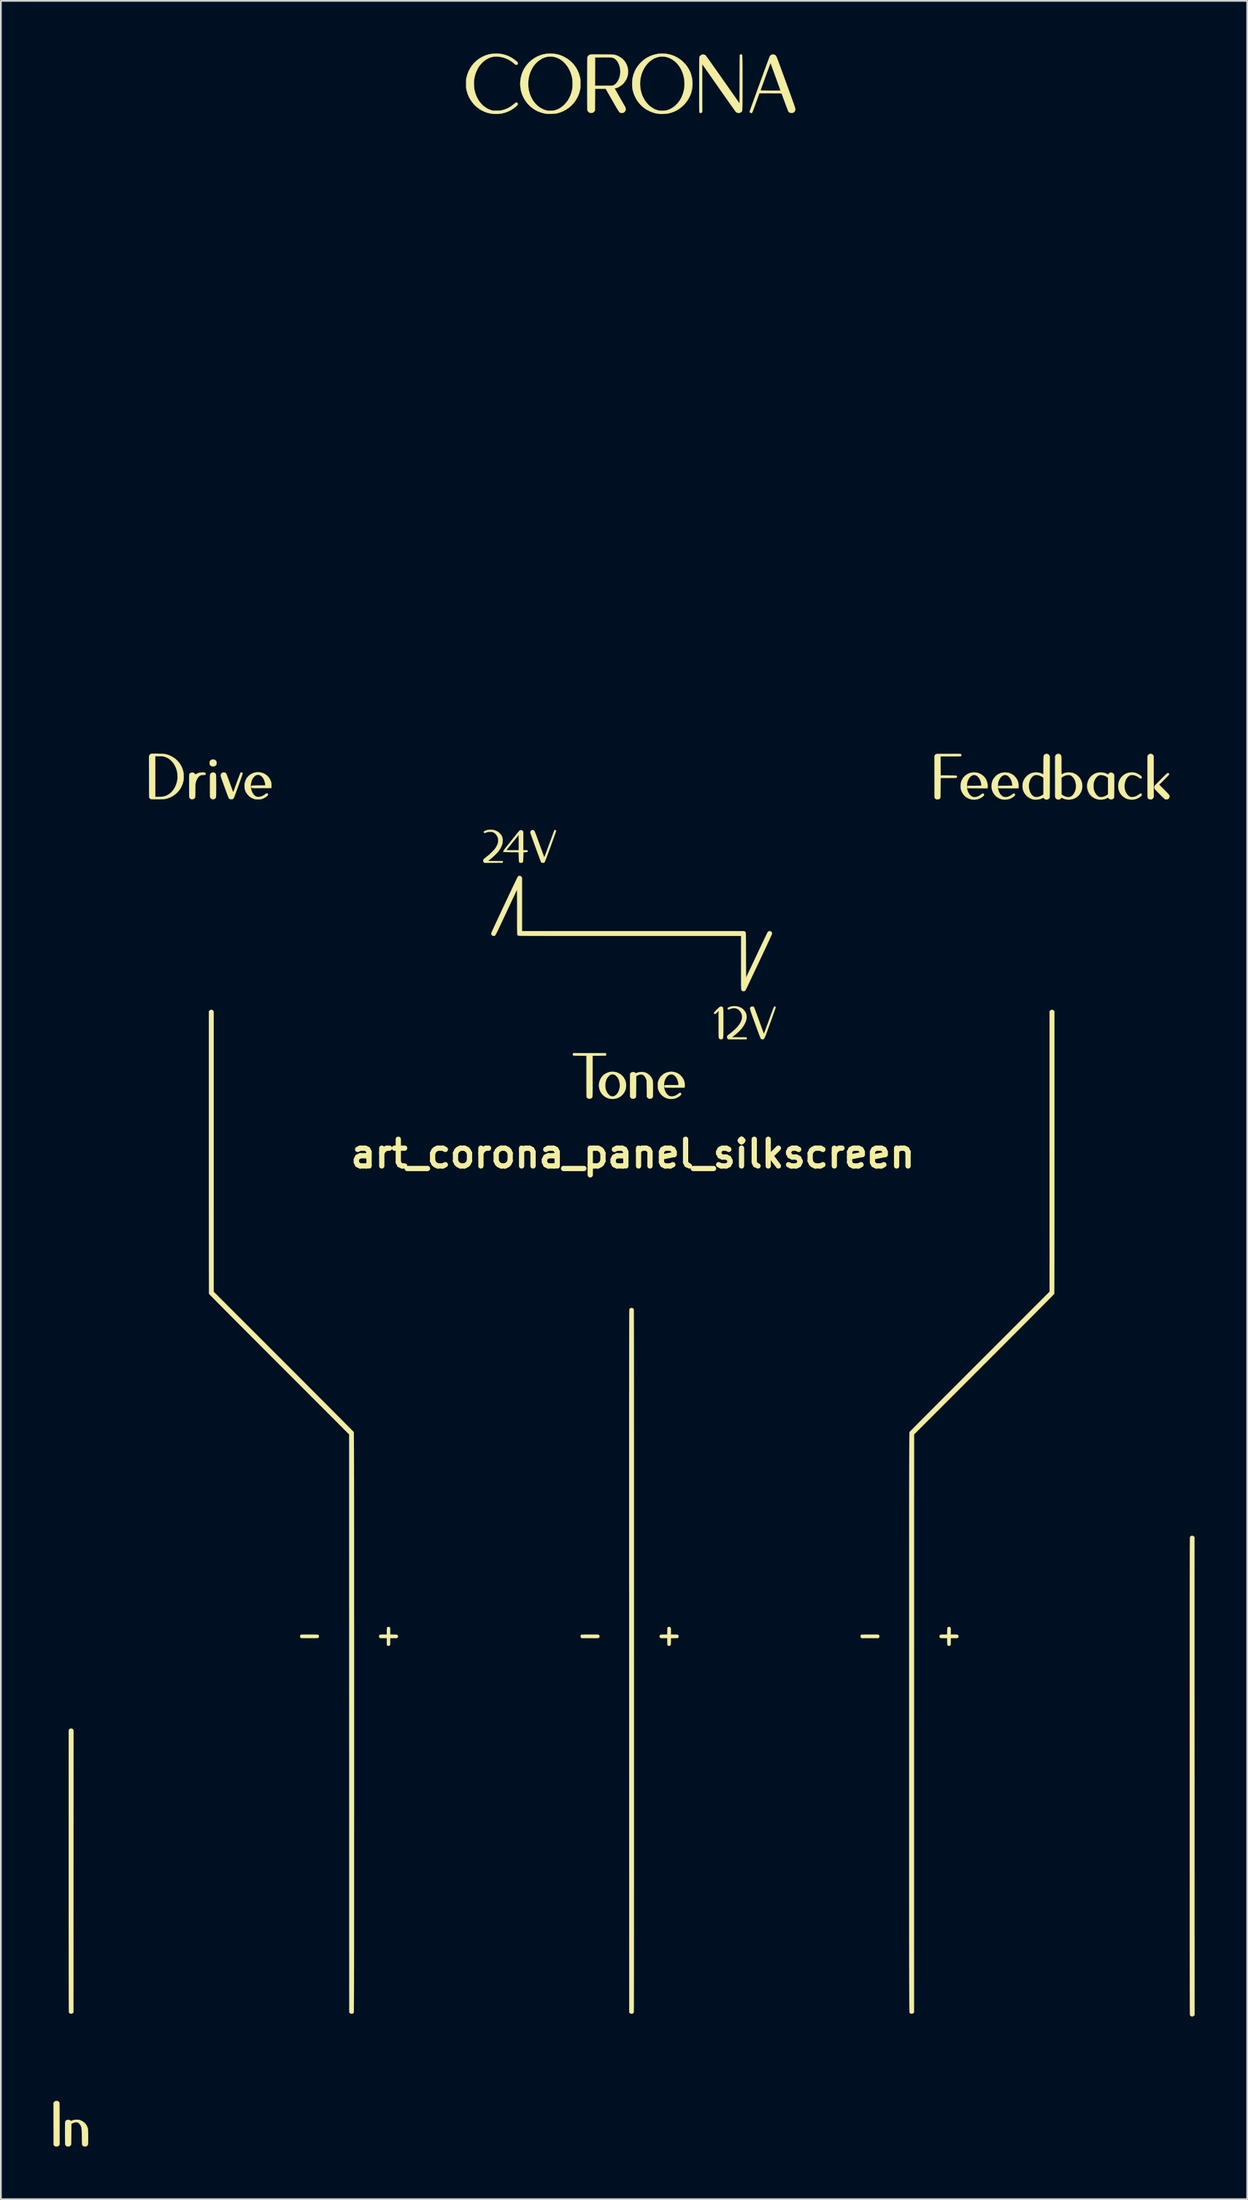
<source format=kicad_pcb>
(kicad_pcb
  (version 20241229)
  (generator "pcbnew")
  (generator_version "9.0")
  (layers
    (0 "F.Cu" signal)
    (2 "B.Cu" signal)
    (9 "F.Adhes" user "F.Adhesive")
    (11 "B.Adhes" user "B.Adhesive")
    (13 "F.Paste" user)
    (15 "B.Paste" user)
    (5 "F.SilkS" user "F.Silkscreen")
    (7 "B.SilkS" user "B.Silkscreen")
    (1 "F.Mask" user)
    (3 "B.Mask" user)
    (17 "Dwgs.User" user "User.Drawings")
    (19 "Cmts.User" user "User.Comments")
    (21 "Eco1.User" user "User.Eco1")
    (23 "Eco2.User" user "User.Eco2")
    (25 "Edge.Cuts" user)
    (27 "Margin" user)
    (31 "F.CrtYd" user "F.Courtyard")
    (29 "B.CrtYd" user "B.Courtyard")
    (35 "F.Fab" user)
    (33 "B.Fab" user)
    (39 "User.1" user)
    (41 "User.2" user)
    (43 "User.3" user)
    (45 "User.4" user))
  (footprint "art_corona_panel_silkscreen"
    (layer "F.Cu")
    (at 33.078 62.792)
    (property "Reference" "art_corona_panel_silkscreen" (at 0 0 0) (layer "F.SilkS") (effects (font (size 1.524 1.524) (thickness 0.3))))
    (attr through_hole)
    (fp_poly (pts (xy 13.792 27.434) (xy 13.865 27.434) (xy 13.926 27.434) (xy 13.972 27.435) (xy 14.001 27.436) (xy 14.009 27.437) (xy 14.045 27.456) (xy 14.068 27.49) (xy 14.076 27.534) (xy 14.073 27.567) (xy 14.06 27.59) (xy 14.043 27.606) (xy 14.011 27.633) (xy 13.058 27.633) (xy 13.027 27.602) (xy 13.002 27.564) (xy 12.996 27.522) (xy 13.011 27.481) (xy 13.022 27.467) (xy 13.047 27.437) (xy 13.517 27.434) (xy 13.615 27.434) (xy 13.708 27.434) (xy 13.792 27.434)) (stroke (width 0.01) (type solid)) (fill yes) (layer "F.SilkS"))
    (fp_poly (pts (xy -23.929 -22.505) (xy -23.872 -22.488) (xy -23.822 -22.457) (xy -23.784 -22.413) (xy -23.779 -22.405) (xy -23.763 -22.357) (xy -23.759 -22.3) (xy -23.767 -22.244) (xy -23.784 -22.199) (xy -23.819 -22.157) (xy -23.868 -22.127) (xy -23.925 -22.111) (xy -23.987 -22.109) (xy -24.049 -22.123) (xy -24.063 -22.129) (xy -24.113 -22.162) (xy -24.146 -22.209) (xy -24.163 -22.268) (xy -24.166 -22.303) (xy -24.16 -22.364) (xy -24.141 -22.413) (xy -24.106 -22.454) (xy -24.098 -22.462) (xy -24.047 -22.492) (xy -23.989 -22.507) (xy -23.929 -22.505)) (stroke (width 0.01) (type solid)) (fill yes) (layer "F.SilkS"))
    (fp_poly (pts (xy -2.189 27.434) (xy -2.115 27.434) (xy -2.054 27.434) (xy -2.008 27.435) (xy -1.979 27.436) (xy -1.971 27.437) (xy -1.934 27.456) (xy -1.912 27.489) (xy -1.905 27.53) (xy -1.911 27.573) (xy -1.928 27.602) (xy -1.955 27.621) (xy -1.968 27.624) (xy -1.996 27.627) (xy -2.038 27.629) (xy -2.098 27.631) (xy -2.174 27.632) (xy -2.269 27.633) (xy -2.384 27.633) (xy -2.45 27.633) (xy -2.923 27.633) (xy -2.954 27.602) (xy -2.979 27.564) (xy -2.984 27.522) (xy -2.97 27.481) (xy -2.959 27.467) (xy -2.933 27.437) (xy -2.464 27.434) (xy -2.366 27.434) (xy -2.273 27.434) (xy -2.189 27.434)) (stroke (width 0.01) (type solid)) (fill yes) (layer "F.SilkS"))
    (fp_poly (pts (xy 29.637 -22.809) (xy 29.682 -22.778) (xy 29.711 -22.744) (xy 29.734 -22.707) (xy 29.74 -20.368) (xy 29.716 -20.32) (xy 29.682 -20.271) (xy 29.639 -20.24) (xy 29.584 -20.226) (xy 29.56 -20.225) (xy 29.499 -20.233) (xy 29.461 -20.247) (xy 29.421 -20.279) (xy 29.4 -20.313) (xy 29.397 -20.32) (xy 29.394 -20.329) (xy 29.391 -20.34) (xy 29.389 -20.355) (xy 29.387 -20.375) (xy 29.386 -20.401) (xy 29.384 -20.434) (xy 29.383 -20.476) (xy 29.382 -20.527) (xy 29.382 -20.59) (xy 29.381 -20.664) (xy 29.38 -20.752) (xy 29.38 -20.854) (xy 29.38 -20.972) (xy 29.38 -21.108) (xy 29.38 -21.261) (xy 29.38 -21.433) (xy 29.38 -21.522) (xy 29.379 -22.686) (xy 29.403 -22.733) (xy 29.436 -22.778) (xy 29.481 -22.808) (xy 29.532 -22.824) (xy 29.585 -22.824) (xy 29.637 -22.809)) (stroke (width 0.01) (type solid)) (fill yes) (layer "F.SilkS"))
    (fp_poly (pts (xy -32.845 54.049) (xy -32.804 54.064) (xy -32.769 54.094) (xy -32.751 54.117) (xy -32.747 54.121) (xy -32.744 54.127) (xy -32.742 54.135) (xy -32.739 54.145) (xy -32.737 54.16) (xy -32.735 54.181) (xy -32.734 54.208) (xy -32.733 54.243) (xy -32.731 54.287) (xy -32.731 54.342) (xy -32.73 54.408) (xy -32.729 54.486) (xy -32.728 54.578) (xy -32.728 54.686) (xy -32.728 54.809) (xy -32.727 54.95) (xy -32.727 55.109) (xy -32.726 55.288) (xy -32.726 55.331) (xy -32.723 56.517) (xy -32.746 56.557) (xy -32.781 56.599) (xy -32.828 56.627) (xy -32.883 56.641) (xy -32.939 56.64) (xy -32.986 56.624) (xy -33.017 56.603) (xy -33.043 56.576) (xy -33.044 56.574) (xy -33.068 56.541) (xy -33.073 54.158) (xy -33.049 54.123) (xy -33.015 54.081) (xy -32.978 54.057) (xy -32.932 54.045) (xy -32.898 54.044) (xy -32.845 54.049)) (stroke (width 0.01) (type solid)) (fill yes) (layer "F.SilkS"))
    (fp_poly (pts (xy -18.601 27.434) (xy -18.507 27.434) (xy -18.438 27.434) (xy -17.969 27.437) (xy -17.942 27.468) (xy -17.924 27.495) (xy -17.919 27.522) (xy -17.921 27.541) (xy -17.93 27.575) (xy -17.946 27.602) (xy -17.949 27.606) (xy -17.955 27.611) (xy -17.962 27.615) (xy -17.972 27.619) (xy -17.987 27.622) (xy -18.009 27.624) (xy -18.041 27.626) (xy -18.083 27.627) (xy -18.137 27.628) (xy -18.206 27.629) (xy -18.292 27.629) (xy -18.396 27.63) (xy -18.45 27.63) (xy -18.578 27.631) (xy -18.686 27.631) (xy -18.774 27.63) (xy -18.843 27.629) (xy -18.895 27.627) (xy -18.929 27.625) (xy -18.947 27.622) (xy -18.949 27.621) (xy -18.979 27.598) (xy -18.994 27.566) (xy -18.997 27.531) (xy -18.989 27.485) (xy -18.965 27.453) (xy -18.931 27.437) (xy -18.916 27.436) (xy -18.882 27.435) (xy -18.831 27.434) (xy -18.765 27.434) (xy -18.688 27.434) (xy -18.601 27.434)) (stroke (width 0.01) (type solid)) (fill yes) (layer "F.SilkS"))
    (fp_poly (pts (xy -32.008 32.804) (xy -31.968 32.832) (xy -31.954 32.85) (xy -31.93 32.886) (xy -31.933 40.938) (xy -31.935 48.99) (xy -31.969 49.023) (xy -32.01 49.051) (xy -32.059 49.063) (xy -32.108 49.058) (xy -32.138 49.044) (xy -32.166 49.021) (xy -32.188 48.993) (xy -32.189 48.991) (xy -32.19 48.988) (xy -32.191 48.982) (xy -32.192 48.972) (xy -32.193 48.958) (xy -32.193 48.94) (xy -32.194 48.918) (xy -32.195 48.89) (xy -32.196 48.856) (xy -32.196 48.817) (xy -32.197 48.771) (xy -32.198 48.718) (xy -32.198 48.658) (xy -32.199 48.59) (xy -32.199 48.513) (xy -32.2 48.428) (xy -32.2 48.334) (xy -32.201 48.231) (xy -32.201 48.117) (xy -32.202 47.994) (xy -32.202 47.859) (xy -32.202 47.713) (xy -32.203 47.555) (xy -32.203 47.385) (xy -32.203 47.203) (xy -32.203 47.007) (xy -32.204 46.798) (xy -32.204 46.576) (xy -32.204 46.338) (xy -32.204 46.087) (xy -32.204 45.82) (xy -32.204 45.537) (xy -32.205 45.238) (xy -32.205 44.923) (xy -32.205 44.59) (xy -32.205 44.241) (xy -32.205 43.873) (xy -32.205 43.488) (xy -32.205 43.083) (xy -32.205 42.66) (xy -32.205 42.217) (xy -32.205 41.754) (xy -32.205 41.27) (xy -32.205 40.923) (xy -32.205 32.886) (xy -32.181 32.85) (xy -32.146 32.815) (xy -32.102 32.795) (xy -32.054 32.792) (xy -32.008 32.804)) (stroke (width 0.01) (type solid)) (fill yes) (layer "F.SilkS"))
    (fp_poly (pts (xy -13.915 26.998) (xy -13.878 27.021) (xy -13.869 27.03) (xy -13.863 27.04) (xy -13.859 27.055) (xy -13.856 27.077) (xy -13.854 27.111) (xy -13.854 27.158) (xy -13.854 27.223) (xy -13.854 27.237) (xy -13.854 27.431) (xy -13.659 27.434) (xy -13.59 27.435) (xy -13.539 27.437) (xy -13.503 27.439) (xy -13.478 27.442) (xy -13.461 27.446) (xy -13.449 27.452) (xy -13.439 27.461) (xy -13.436 27.463) (xy -13.413 27.498) (xy -13.408 27.538) (xy -13.421 27.578) (xy -13.44 27.602) (xy -13.471 27.633) (xy -13.854 27.633) (xy -13.854 28.016) (xy -13.885 28.047) (xy -13.921 28.072) (xy -13.96 28.076) (xy -13.999 28.059) (xy -14.012 28.05) (xy -14.044 28.023) (xy -14.044 27.633) (xy -14.234 27.633) (xy -14.301 27.633) (xy -14.351 27.632) (xy -14.387 27.631) (xy -14.411 27.628) (xy -14.428 27.624) (xy -14.441 27.618) (xy -14.452 27.609) (xy -14.456 27.606) (xy -14.478 27.583) (xy -14.487 27.557) (xy -14.488 27.534) (xy -14.486 27.502) (xy -14.479 27.477) (xy -14.464 27.459) (xy -14.439 27.447) (xy -14.402 27.439) (xy -14.35 27.434) (xy -14.281 27.432) (xy -14.23 27.432) (xy -14.044 27.432) (xy -14.044 27.239) (xy -14.043 27.16) (xy -14.041 27.1) (xy -14.038 27.059) (xy -14.033 27.035) (xy -14.031 27.029) (xy -13.997 27.001) (xy -13.957 26.991) (xy -13.915 26.998)) (stroke (width 0.01) (type solid)) (fill yes) (layer "F.SilkS"))
    (fp_poly (pts (xy -23.936 -21.763) (xy -23.884 -21.748) (xy -23.84 -21.717) (xy -23.806 -21.673) (xy -23.803 -21.663) (xy -23.8 -21.648) (xy -23.798 -21.625) (xy -23.796 -21.593) (xy -23.795 -21.55) (xy -23.794 -21.494) (xy -23.793 -21.425) (xy -23.792 -21.341) (xy -23.792 -21.24) (xy -23.791 -21.12) (xy -23.791 -20.995) (xy -23.791 -20.862) (xy -23.792 -20.748) (xy -23.792 -20.652) (xy -23.792 -20.572) (xy -23.793 -20.507) (xy -23.794 -20.455) (xy -23.795 -20.414) (xy -23.796 -20.382) (xy -23.798 -20.359) (xy -23.801 -20.342) (xy -23.804 -20.33) (xy -23.808 -20.321) (xy -23.812 -20.313) (xy -23.812 -20.312) (xy -23.848 -20.272) (xy -23.896 -20.246) (xy -23.951 -20.234) (xy -24.007 -20.239) (xy -24.057 -20.258) (xy -24.088 -20.283) (xy -24.115 -20.315) (xy -24.118 -20.32) (xy -24.123 -20.329) (xy -24.127 -20.338) (xy -24.13 -20.35) (xy -24.133 -20.365) (xy -24.135 -20.387) (xy -24.137 -20.415) (xy -24.138 -20.453) (xy -24.139 -20.501) (xy -24.14 -20.562) (xy -24.14 -20.636) (xy -24.14 -20.727) (xy -24.141 -20.834) (xy -24.141 -20.961) (xy -24.141 -20.999) (xy -24.141 -21.132) (xy -24.14 -21.245) (xy -24.14 -21.34) (xy -24.14 -21.419) (xy -24.139 -21.484) (xy -24.138 -21.536) (xy -24.137 -21.576) (xy -24.135 -21.607) (xy -24.133 -21.63) (xy -24.13 -21.647) (xy -24.127 -21.66) (xy -24.124 -21.669) (xy -24.121 -21.674) (xy -24.086 -21.719) (xy -24.041 -21.749) (xy -23.989 -21.764) (xy -23.936 -21.763)) (stroke (width 0.01) (type solid)) (fill yes) (layer "F.SilkS"))
    (fp_poly (pts (xy 30.583 -21.719) (xy 30.608 -21.695) (xy 30.618 -21.66) (xy 30.618 -21.66) (xy 30.61 -21.646) (xy 30.588 -21.619) (xy 30.551 -21.578) (xy 30.501 -21.525) (xy 30.438 -21.46) (xy 30.363 -21.383) (xy 30.332 -21.352) (xy 30.046 -21.066) (xy 30.327 -20.786) (xy 30.405 -20.707) (xy 30.469 -20.642) (xy 30.521 -20.588) (xy 30.561 -20.544) (xy 30.591 -20.508) (xy 30.613 -20.478) (xy 30.627 -20.452) (xy 30.635 -20.43) (xy 30.638 -20.408) (xy 30.637 -20.386) (xy 30.636 -20.371) (xy 30.618 -20.315) (xy 30.585 -20.271) (xy 30.538 -20.24) (xy 30.48 -20.226) (xy 30.46 -20.225) (xy 30.423 -20.227) (xy 30.392 -20.233) (xy 30.379 -20.237) (xy 30.366 -20.248) (xy 30.339 -20.272) (xy 30.302 -20.307) (xy 30.256 -20.351) (xy 30.204 -20.402) (xy 30.148 -20.457) (xy 30.089 -20.516) (xy 30.03 -20.575) (xy 29.973 -20.632) (xy 29.92 -20.686) (xy 29.873 -20.735) (xy 29.834 -20.776) (xy 29.805 -20.807) (xy 29.789 -20.826) (xy 29.786 -20.83) (xy 29.776 -20.862) (xy 29.772 -20.905) (xy 29.773 -20.949) (xy 29.78 -20.984) (xy 29.783 -20.99) (xy 29.792 -21.002) (xy 29.815 -21.027) (xy 29.851 -21.065) (xy 29.896 -21.112) (xy 29.95 -21.168) (xy 30.012 -21.231) (xy 30.08 -21.3) (xy 30.15 -21.37) (xy 30.233 -21.453) (xy 30.301 -21.522) (xy 30.358 -21.578) (xy 30.404 -21.623) (xy 30.441 -21.658) (xy 30.469 -21.684) (xy 30.492 -21.703) (xy 30.508 -21.715) (xy 30.522 -21.723) (xy 30.532 -21.726) (xy 30.542 -21.728) (xy 30.545 -21.728) (xy 30.583 -21.719)) (stroke (width 0.01) (type solid)) (fill yes) (layer "F.SilkS"))
    (fp_poly (pts (xy 5.912 -8.422) (xy 6.009 -8.402) (xy 6.105 -8.368) (xy 6.149 -8.348) (xy 6.198 -8.323) (xy 6.239 -8.296) (xy 6.28 -8.262) (xy 6.324 -8.219) (xy 6.396 -8.134) (xy 6.449 -8.047) (xy 6.481 -7.954) (xy 6.495 -7.854) (xy 6.494 -7.773) (xy 6.486 -7.702) (xy 6.473 -7.636) (xy 6.452 -7.569) (xy 6.421 -7.494) (xy 6.398 -7.445) (xy 6.33 -7.32) (xy 6.244 -7.197) (xy 6.141 -7.073) (xy 6.019 -6.95) (xy 5.877 -6.825) (xy 5.755 -6.727) (xy 5.657 -6.652) (xy 6.488 -6.646) (xy 6.5 -6.62) (xy 6.507 -6.59) (xy 6.5 -6.567) (xy 6.488 -6.54) (xy 5.444 -6.54) (xy 5.415 -6.571) (xy 5.39 -6.61) (xy 5.378 -6.657) (xy 5.381 -6.704) (xy 5.386 -6.718) (xy 5.399 -6.736) (xy 5.426 -6.762) (xy 5.461 -6.794) (xy 5.496 -6.821) (xy 5.65 -6.943) (xy 5.784 -7.059) (xy 5.9 -7.171) (xy 5.998 -7.278) (xy 6.078 -7.383) (xy 6.142 -7.485) (xy 6.19 -7.586) (xy 6.222 -7.686) (xy 6.235 -7.746) (xy 6.239 -7.835) (xy 6.226 -7.927) (xy 6.196 -8.017) (xy 6.151 -8.102) (xy 6.094 -8.177) (xy 6.026 -8.239) (xy 5.962 -8.278) (xy 5.883 -8.305) (xy 5.795 -8.317) (xy 5.701 -8.312) (xy 5.605 -8.29) (xy 5.526 -8.26) (xy 5.481 -8.243) (xy 5.45 -8.241) (xy 5.427 -8.253) (xy 5.418 -8.267) (xy 5.409 -8.295) (xy 5.415 -8.318) (xy 5.439 -8.34) (xy 5.481 -8.363) (xy 5.495 -8.369) (xy 5.579 -8.399) (xy 5.659 -8.418) (xy 5.744 -8.427) (xy 5.805 -8.428) (xy 5.912 -8.422)) (stroke (width 0.01) (type solid)) (fill yes) (layer "F.SilkS"))
    (fp_poly (pts (xy 5.102 -8.387) (xy 5.103 -8.387) (xy 5.114 -8.381) (xy 5.123 -8.375) (xy 5.132 -8.368) (xy 5.139 -8.358) (xy 5.145 -8.344) (xy 5.15 -8.324) (xy 5.154 -8.297) (xy 5.157 -8.261) (xy 5.16 -8.216) (xy 5.162 -8.16) (xy 5.163 -8.092) (xy 5.164 -8.009) (xy 5.164 -7.911) (xy 5.165 -7.797) (xy 5.165 -7.664) (xy 5.165 -7.513) (xy 5.165 -7.466) (xy 5.165 -7.31) (xy 5.165 -7.174) (xy 5.164 -7.057) (xy 5.164 -6.956) (xy 5.163 -6.871) (xy 5.162 -6.799) (xy 5.161 -6.741) (xy 5.159 -6.694) (xy 5.156 -6.657) (xy 5.152 -6.629) (xy 5.148 -6.607) (xy 5.143 -6.592) (xy 5.137 -6.58) (xy 5.13 -6.572) (xy 5.121 -6.565) (xy 5.112 -6.559) (xy 5.109 -6.557) (xy 5.075 -6.543) (xy 5.031 -6.54) (xy 4.987 -6.547) (xy 4.953 -6.563) (xy 4.951 -6.564) (xy 4.927 -6.59) (xy 4.911 -6.618) (xy 4.911 -6.618) (xy 4.909 -6.635) (xy 4.907 -6.674) (xy 4.905 -6.732) (xy 4.903 -6.811) (xy 4.902 -6.91) (xy 4.901 -7.028) (xy 4.9 -7.166) (xy 4.9 -7.322) (xy 4.9 -7.406) (xy 4.9 -8.164) (xy 4.806 -8.072) (xy 4.759 -8.027) (xy 4.724 -7.998) (xy 4.698 -7.983) (xy 4.687 -7.98) (xy 4.656 -7.988) (xy 4.639 -8.011) (xy 4.636 -8.037) (xy 4.638 -8.05) (xy 4.646 -8.067) (xy 4.662 -8.089) (xy 4.688 -8.119) (xy 4.726 -8.159) (xy 4.77 -8.205) (xy 4.817 -8.252) (xy 4.861 -8.295) (xy 4.9 -8.332) (xy 4.931 -8.36) (xy 4.947 -8.373) (xy 4.997 -8.398) (xy 5.049 -8.403) (xy 5.102 -8.387)) (stroke (width 0.01) (type solid)) (fill yes) (layer "F.SilkS"))
    (fp_poly (pts (xy -1.533 -5.724) (xy -1.518 -5.702) (xy -1.516 -5.675) (xy -1.517 -5.664) (xy -1.524 -5.636) (xy -1.534 -5.617) (xy -1.535 -5.615) (xy -1.549 -5.612) (xy -1.583 -5.609) (xy -1.638 -5.606) (xy -1.713 -5.604) (xy -1.81 -5.602) (xy -1.921 -5.601) (xy -2.297 -5.598) (xy -2.297 -4.437) (xy -2.297 -4.256) (xy -2.297 -4.094) (xy -2.297 -3.951) (xy -2.297 -3.826) (xy -2.297 -3.716) (xy -2.297 -3.622) (xy -2.298 -3.542) (xy -2.299 -3.475) (xy -2.299 -3.419) (xy -2.301 -3.373) (xy -2.302 -3.337) (xy -2.303 -3.308) (xy -2.305 -3.286) (xy -2.307 -3.269) (xy -2.309 -3.256) (xy -2.312 -3.247) (xy -2.315 -3.239) (xy -2.318 -3.233) (xy -2.35 -3.19) (xy -2.394 -3.16) (xy -2.447 -3.145) (xy -2.503 -3.145) (xy -2.558 -3.162) (xy -2.563 -3.165) (xy -2.594 -3.188) (xy -2.621 -3.217) (xy -2.624 -3.221) (xy -2.627 -3.227) (xy -2.63 -3.233) (xy -2.633 -3.241) (xy -2.635 -3.252) (xy -2.637 -3.267) (xy -2.639 -3.288) (xy -2.641 -3.315) (xy -2.642 -3.35) (xy -2.643 -3.394) (xy -2.644 -3.448) (xy -2.644 -3.513) (xy -2.645 -3.59) (xy -2.645 -3.682) (xy -2.646 -3.788) (xy -2.646 -3.911) (xy -2.646 -4.051) (xy -2.646 -4.209) (xy -2.646 -4.387) (xy -2.646 -5.598) (xy -3.021 -5.601) (xy -3.137 -5.602) (xy -3.233 -5.604) (xy -3.307 -5.606) (xy -3.361 -5.609) (xy -3.395 -5.612) (xy -3.408 -5.615) (xy -3.417 -5.633) (xy -3.425 -5.661) (xy -3.425 -5.664) (xy -3.426 -5.695) (xy -3.415 -5.718) (xy -3.409 -5.724) (xy -3.387 -5.747) (xy -1.556 -5.747) (xy -1.533 -5.724)) (stroke (width 0.01) (type solid)) (fill yes) (layer "F.SilkS"))
    (fp_poly (pts (xy 2.113 27) (xy 2.144 27.022) (xy 2.153 27.034) (xy 2.16 27.046) (xy 2.164 27.062) (xy 2.167 27.085) (xy 2.169 27.118) (xy 2.169 27.166) (xy 2.17 27.231) (xy 2.17 27.241) (xy 2.17 27.431) (xy 2.366 27.434) (xy 2.563 27.437) (xy 2.59 27.468) (xy 2.608 27.495) (xy 2.612 27.522) (xy 2.611 27.541) (xy 2.601 27.575) (xy 2.586 27.602) (xy 2.583 27.606) (xy 2.574 27.613) (xy 2.562 27.619) (xy 2.545 27.624) (xy 2.519 27.626) (xy 2.481 27.628) (xy 2.427 27.63) (xy 2.366 27.631) (xy 2.171 27.634) (xy 2.168 27.829) (xy 2.166 27.899) (xy 2.165 27.95) (xy 2.163 27.986) (xy 2.159 28.011) (xy 2.155 28.027) (xy 2.149 28.039) (xy 2.142 28.046) (xy 2.111 28.065) (xy 2.071 28.073) (xy 2.032 28.07) (xy 2.025 28.067) (xy 2.006 28.056) (xy 1.991 28.04) (xy 1.981 28.016) (xy 1.974 27.98) (xy 1.971 27.931) (xy 1.969 27.865) (xy 1.968 27.814) (xy 1.968 27.633) (xy 1.789 27.633) (xy 1.728 27.632) (xy 1.672 27.631) (xy 1.627 27.628) (xy 1.595 27.625) (xy 1.583 27.623) (xy 1.553 27.601) (xy 1.535 27.568) (xy 1.528 27.528) (xy 1.535 27.489) (xy 1.557 27.457) (xy 1.567 27.45) (xy 1.581 27.445) (xy 1.601 27.441) (xy 1.632 27.438) (xy 1.676 27.436) (xy 1.736 27.435) (xy 1.773 27.434) (xy 1.967 27.431) (xy 1.97 27.236) (xy 1.972 27.167) (xy 1.973 27.116) (xy 1.975 27.08) (xy 1.978 27.055) (xy 1.983 27.039) (xy 1.989 27.027) (xy 1.997 27.018) (xy 1.998 27.017) (xy 2.032 26.996) (xy 2.073 26.991) (xy 2.113 27)) (stroke (width 0.01) (type solid)) (fill yes) (layer "F.SilkS"))
    (fp_poly (pts (xy 18.085 26.998) (xy 18.119 27.017) (xy 18.14 27.047) (xy 18.144 27.066) (xy 18.147 27.102) (xy 18.149 27.151) (xy 18.15 27.209) (xy 18.15 27.253) (xy 18.15 27.432) (xy 18.333 27.432) (xy 18.401 27.432) (xy 18.451 27.433) (xy 18.487 27.435) (xy 18.513 27.439) (xy 18.531 27.444) (xy 18.546 27.451) (xy 18.549 27.452) (xy 18.579 27.482) (xy 18.592 27.521) (xy 18.586 27.564) (xy 18.584 27.571) (xy 18.573 27.592) (xy 18.559 27.607) (xy 18.537 27.619) (xy 18.506 27.626) (xy 18.463 27.63) (xy 18.404 27.633) (xy 18.331 27.633) (xy 18.15 27.633) (xy 18.15 27.814) (xy 18.15 27.89) (xy 18.148 27.948) (xy 18.143 27.99) (xy 18.136 28.02) (xy 18.125 28.041) (xy 18.109 28.056) (xy 18.093 28.065) (xy 18.054 28.076) (xy 18.019 28.071) (xy 18.002 28.064) (xy 17.985 28.053) (xy 17.971 28.038) (xy 17.962 28.017) (xy 17.955 27.986) (xy 17.952 27.942) (xy 17.95 27.883) (xy 17.949 27.816) (xy 17.949 27.634) (xy 17.754 27.631) (xy 17.685 27.63) (xy 17.634 27.628) (xy 17.597 27.626) (xy 17.573 27.623) (xy 17.556 27.619) (xy 17.545 27.613) (xy 17.535 27.605) (xy 17.534 27.604) (xy 17.517 27.578) (xy 17.51 27.543) (xy 17.51 27.533) (xy 17.514 27.494) (xy 17.529 27.467) (xy 17.534 27.461) (xy 17.544 27.453) (xy 17.555 27.447) (xy 17.571 27.442) (xy 17.595 27.439) (xy 17.63 27.437) (xy 17.679 27.435) (xy 17.747 27.434) (xy 17.753 27.434) (xy 17.948 27.431) (xy 17.951 27.237) (xy 17.953 27.167) (xy 17.954 27.115) (xy 17.957 27.078) (xy 17.96 27.053) (xy 17.965 27.036) (xy 17.971 27.025) (xy 17.975 27.021) (xy 18.007 26.999) (xy 18.046 26.992) (xy 18.085 26.998)) (stroke (width 0.01) (type solid)) (fill yes) (layer "F.SilkS"))
    (fp_poly (pts (xy 28.552 -21.763) (xy 28.616 -21.758) (xy 28.66 -21.75) (xy 28.718 -21.732) (xy 28.785 -21.704) (xy 28.854 -21.669) (xy 28.918 -21.632) (xy 28.972 -21.595) (xy 28.99 -21.579) (xy 29.022 -21.55) (xy 29.04 -21.528) (xy 29.049 -21.509) (xy 29.051 -21.487) (xy 29.051 -21.485) (xy 29.046 -21.449) (xy 29.03 -21.428) (xy 28.998 -21.421) (xy 28.991 -21.421) (xy 28.965 -21.425) (xy 28.935 -21.441) (xy 28.896 -21.469) (xy 28.892 -21.473) (xy 28.809 -21.53) (xy 28.721 -21.574) (xy 28.631 -21.604) (xy 28.542 -21.62) (xy 28.459 -21.619) (xy 28.391 -21.605) (xy 28.346 -21.582) (xy 28.297 -21.546) (xy 28.248 -21.5) (xy 28.204 -21.448) (xy 28.179 -21.412) (xy 28.13 -21.31) (xy 28.094 -21.197) (xy 28.073 -21.077) (xy 28.069 -20.955) (xy 28.08 -20.835) (xy 28.094 -20.77) (xy 28.126 -20.677) (xy 28.169 -20.589) (xy 28.221 -20.511) (xy 28.28 -20.446) (xy 28.343 -20.397) (xy 28.369 -20.383) (xy 28.433 -20.363) (xy 28.507 -20.357) (xy 28.588 -20.365) (xy 28.672 -20.386) (xy 28.755 -20.419) (xy 28.834 -20.463) (xy 28.896 -20.51) (xy 28.943 -20.544) (xy 28.983 -20.562) (xy 29.015 -20.561) (xy 29.038 -20.544) (xy 29.05 -20.51) (xy 29.051 -20.489) (xy 29.05 -20.467) (xy 29.044 -20.45) (xy 29.029 -20.432) (xy 29.003 -20.408) (xy 28.981 -20.39) (xy 28.882 -20.321) (xy 28.771 -20.267) (xy 28.676 -20.235) (xy 28.591 -20.22) (xy 28.496 -20.214) (xy 28.4 -20.218) (xy 28.312 -20.231) (xy 28.29 -20.236) (xy 28.187 -20.27) (xy 28.094 -20.315) (xy 28.03 -20.357) (xy 27.935 -20.437) (xy 27.855 -20.529) (xy 27.793 -20.631) (xy 27.747 -20.74) (xy 27.719 -20.855) (xy 27.708 -20.973) (xy 27.714 -21.092) (xy 27.739 -21.21) (xy 27.782 -21.324) (xy 27.844 -21.434) (xy 27.871 -21.472) (xy 27.943 -21.551) (xy 28.03 -21.622) (xy 28.129 -21.682) (xy 28.235 -21.728) (xy 28.289 -21.745) (xy 28.342 -21.755) (xy 28.408 -21.761) (xy 28.48 -21.764) (xy 28.552 -21.763)) (stroke (width 0.01) (type solid)) (fill yes) (layer "F.SilkS"))
    (fp_poly (pts (xy -8.028 -18.49) (xy -7.952 -18.48) (xy -7.88 -18.46) (xy -7.805 -18.43) (xy -7.768 -18.413) (xy -7.713 -18.384) (xy -7.666 -18.351) (xy -7.618 -18.309) (xy -7.598 -18.289) (xy -7.532 -18.215) (xy -7.484 -18.142) (xy -7.452 -18.064) (xy -7.435 -17.977) (xy -7.429 -17.881) (xy -7.434 -17.789) (xy -7.448 -17.706) (xy -7.473 -17.622) (xy -7.49 -17.579) (xy -7.524 -17.506) (xy -7.567 -17.425) (xy -7.616 -17.345) (xy -7.664 -17.275) (xy -7.667 -17.271) (xy -7.705 -17.225) (xy -7.755 -17.17) (xy -7.815 -17.108) (xy -7.882 -17.042) (xy -7.952 -16.977) (xy -8.021 -16.914) (xy -8.087 -16.857) (xy -8.137 -16.817) (xy -8.267 -16.716) (xy -7.846 -16.711) (xy -7.424 -16.706) (xy -7.424 -16.611) (xy -7.946 -16.608) (xy -8.469 -16.605) (xy -8.505 -16.641) (xy -8.527 -16.666) (xy -8.537 -16.689) (xy -8.541 -16.721) (xy -8.541 -16.732) (xy -8.54 -16.753) (xy -8.538 -16.771) (xy -8.531 -16.788) (xy -8.518 -16.807) (xy -8.497 -16.828) (xy -8.467 -16.855) (xy -8.424 -16.89) (xy -8.368 -16.934) (xy -8.329 -16.965) (xy -8.248 -17.031) (xy -8.166 -17.102) (xy -8.086 -17.177) (xy -8.011 -17.252) (xy -7.943 -17.323) (xy -7.887 -17.389) (xy -7.844 -17.446) (xy -7.839 -17.453) (xy -7.775 -17.559) (xy -7.729 -17.657) (xy -7.699 -17.752) (xy -7.685 -17.845) (xy -7.684 -17.89) (xy -7.693 -17.985) (xy -7.721 -18.077) (xy -7.765 -18.163) (xy -7.822 -18.24) (xy -7.892 -18.304) (xy -7.967 -18.35) (xy -7.996 -18.362) (xy -8.021 -18.37) (xy -8.05 -18.375) (xy -8.087 -18.377) (xy -8.139 -18.377) (xy -8.149 -18.377) (xy -8.205 -18.376) (xy -8.247 -18.374) (xy -8.281 -18.368) (xy -8.312 -18.359) (xy -8.345 -18.347) (xy -8.407 -18.325) (xy -8.453 -18.314) (xy -8.484 -18.315) (xy -8.502 -18.328) (xy -8.508 -18.354) (xy -8.507 -18.369) (xy -8.501 -18.388) (xy -8.486 -18.404) (xy -8.457 -18.421) (xy -8.445 -18.427) (xy -8.363 -18.461) (xy -8.278 -18.482) (xy -8.183 -18.492) (xy -8.117 -18.494) (xy -8.028 -18.49)) (stroke (width 0.01) (type solid)) (fill yes) (layer "F.SilkS"))
    (fp_poly (pts (xy -24.569 -21.763) (xy -24.519 -21.762) (xy -24.473 -21.759) (xy -24.439 -21.754) (xy -24.424 -21.751) (xy -24.398 -21.73) (xy -24.386 -21.697) (xy -24.39 -21.658) (xy -24.391 -21.655) (xy -24.396 -21.643) (xy -24.403 -21.635) (xy -24.417 -21.629) (xy -24.441 -21.626) (xy -24.48 -21.624) (xy -24.522 -21.622) (xy -24.58 -21.618) (xy -24.623 -21.614) (xy -24.656 -21.607) (xy -24.684 -21.596) (xy -24.693 -21.592) (xy -24.752 -21.553) (xy -24.808 -21.496) (xy -24.858 -21.424) (xy -24.902 -21.341) (xy -24.937 -21.251) (xy -24.956 -21.177) (xy -24.962 -21.147) (xy -24.966 -21.116) (xy -24.97 -21.082) (xy -24.972 -21.042) (xy -24.974 -20.993) (xy -24.976 -20.932) (xy -24.976 -20.857) (xy -24.977 -20.765) (xy -24.977 -20.727) (xy -24.977 -20.623) (xy -24.978 -20.538) (xy -24.979 -20.47) (xy -24.982 -20.416) (xy -24.987 -20.374) (xy -24.993 -20.342) (xy -25.002 -20.318) (xy -25.014 -20.3) (xy -25.028 -20.284) (xy -25.047 -20.27) (xy -25.052 -20.266) (xy -25.096 -20.245) (xy -25.148 -20.236) (xy -25.2 -20.239) (xy -25.245 -20.254) (xy -25.251 -20.258) (xy -25.281 -20.285) (xy -25.307 -20.316) (xy -25.309 -20.32) (xy -25.314 -20.328) (xy -25.318 -20.337) (xy -25.321 -20.349) (xy -25.324 -20.365) (xy -25.326 -20.386) (xy -25.327 -20.415) (xy -25.329 -20.454) (xy -25.33 -20.503) (xy -25.33 -20.565) (xy -25.331 -20.64) (xy -25.331 -20.732) (xy -25.331 -20.841) (xy -25.331 -20.969) (xy -25.331 -21.003) (xy -25.331 -21.136) (xy -25.331 -21.249) (xy -25.331 -21.345) (xy -25.33 -21.424) (xy -25.33 -21.489) (xy -25.329 -21.541) (xy -25.328 -21.582) (xy -25.326 -21.613) (xy -25.324 -21.636) (xy -25.322 -21.653) (xy -25.318 -21.665) (xy -25.315 -21.675) (xy -25.311 -21.682) (xy -25.31 -21.683) (xy -25.275 -21.722) (xy -25.225 -21.747) (xy -25.164 -21.758) (xy -25.133 -21.757) (xy -25.096 -21.753) (xy -25.072 -21.746) (xy -25.051 -21.731) (xy -25.025 -21.705) (xy -25.023 -21.702) (xy -24.977 -21.652) (xy -24.9 -21.689) (xy -24.818 -21.724) (xy -24.742 -21.747) (xy -24.664 -21.759) (xy -24.574 -21.763) (xy -24.569 -21.763)) (stroke (width 0.01) (type solid)) (fill yes) (layer "F.SilkS"))
    (fp_poly (pts (xy -1.078 -4.681) (xy -1.012 -4.674) (xy -0.952 -4.662) (xy -0.892 -4.641) (xy -0.831 -4.615) (xy -0.719 -4.552) (xy -0.623 -4.477) (xy -0.543 -4.388) (xy -0.477 -4.284) (xy -0.459 -4.249) (xy -0.414 -4.13) (xy -0.388 -4.01) (xy -0.381 -3.89) (xy -0.393 -3.773) (xy -0.421 -3.66) (xy -0.465 -3.553) (xy -0.525 -3.455) (xy -0.599 -3.366) (xy -0.687 -3.288) (xy -0.788 -3.225) (xy -0.9 -3.176) (xy -0.997 -3.15) (xy -1.088 -3.137) (xy -1.188 -3.135) (xy -1.284 -3.142) (xy -1.323 -3.148) (xy -1.442 -3.183) (xy -1.551 -3.235) (xy -1.651 -3.304) (xy -1.738 -3.387) (xy -1.812 -3.484) (xy -1.87 -3.592) (xy -1.911 -3.71) (xy -1.92 -3.749) (xy -1.936 -3.874) (xy -1.935 -3.912) (xy -1.576 -3.912) (xy -1.57 -3.799) (xy -1.55 -3.694) (xy -1.522 -3.607) (xy -1.483 -3.524) (xy -1.436 -3.449) (xy -1.383 -3.384) (xy -1.327 -3.335) (xy -1.294 -3.314) (xy -1.225 -3.286) (xy -1.162 -3.277) (xy -1.099 -3.285) (xy -1.051 -3.302) (xy -0.982 -3.343) (xy -0.919 -3.401) (xy -0.864 -3.475) (xy -0.817 -3.561) (xy -0.78 -3.657) (xy -0.755 -3.759) (xy -0.742 -3.865) (xy -0.741 -3.91) (xy -0.748 -4.011) (xy -0.767 -4.114) (xy -0.797 -4.213) (xy -0.835 -4.301) (xy -0.858 -4.34) (xy -0.892 -4.386) (xy -0.936 -4.432) (xy -0.983 -4.475) (xy -1.028 -4.507) (xy -1.05 -4.519) (xy -1.113 -4.537) (xy -1.182 -4.539) (xy -1.249 -4.525) (xy -1.276 -4.514) (xy -1.349 -4.466) (xy -1.414 -4.401) (xy -1.469 -4.322) (xy -1.514 -4.23) (xy -1.547 -4.13) (xy -1.568 -4.023) (xy -1.576 -3.912) (xy -1.935 -3.912) (xy -1.932 -3.997) (xy -1.908 -4.118) (xy -1.862 -4.24) (xy -1.851 -4.264) (xy -1.823 -4.318) (xy -1.797 -4.361) (xy -1.768 -4.399) (xy -1.73 -4.44) (xy -1.709 -4.461) (xy -1.665 -4.504) (xy -1.627 -4.536) (xy -1.589 -4.562) (xy -1.543 -4.587) (xy -1.511 -4.602) (xy -1.44 -4.635) (xy -1.379 -4.658) (xy -1.321 -4.672) (xy -1.259 -4.68) (xy -1.186 -4.683) (xy -1.159 -4.683) (xy -1.078 -4.681)) (stroke (width 0.01) (type solid)) (fill yes) (layer "F.SilkS"))
    (fp_poly (pts (xy 18.528 -22.827) (xy 18.583 -22.826) (xy 18.627 -22.826) (xy 18.661 -22.824) (xy 18.685 -22.823) (xy 18.703 -22.821) (xy 18.715 -22.818) (xy 18.723 -22.815) (xy 18.728 -22.811) (xy 18.732 -22.807) (xy 18.75 -22.776) (xy 18.752 -22.74) (xy 18.738 -22.707) (xy 18.733 -22.701) (xy 18.727 -22.697) (xy 18.721 -22.693) (xy 18.711 -22.69) (xy 18.696 -22.687) (xy 18.675 -22.685) (xy 18.645 -22.683) (xy 18.605 -22.682) (xy 18.553 -22.681) (xy 18.487 -22.681) (xy 18.407 -22.68) (xy 18.309 -22.68) (xy 18.193 -22.68) (xy 18.14 -22.68) (xy 17.568 -22.68) (xy 17.571 -22.138) (xy 17.574 -21.595) (xy 18.023 -21.593) (xy 18.136 -21.592) (xy 18.23 -21.591) (xy 18.306 -21.59) (xy 18.366 -21.589) (xy 18.412 -21.586) (xy 18.446 -21.583) (xy 18.47 -21.578) (xy 18.486 -21.572) (xy 18.495 -21.563) (xy 18.499 -21.553) (xy 18.5 -21.539) (xy 18.5 -21.524) (xy 18.5 -21.521) (xy 18.5 -21.505) (xy 18.499 -21.492) (xy 18.495 -21.481) (xy 18.487 -21.472) (xy 18.473 -21.465) (xy 18.45 -21.46) (xy 18.417 -21.456) (xy 18.373 -21.454) (xy 18.315 -21.452) (xy 18.241 -21.451) (xy 18.15 -21.451) (xy 18.04 -21.45) (xy 18.023 -21.45) (xy 17.574 -21.447) (xy 17.568 -20.886) (xy 17.567 -20.763) (xy 17.566 -20.659) (xy 17.565 -20.573) (xy 17.564 -20.503) (xy 17.563 -20.446) (xy 17.561 -20.402) (xy 17.559 -20.369) (xy 17.557 -20.344) (xy 17.554 -20.326) (xy 17.551 -20.314) (xy 17.547 -20.304) (xy 17.542 -20.297) (xy 17.539 -20.292) (xy 17.513 -20.265) (xy 17.481 -20.243) (xy 17.48 -20.242) (xy 17.433 -20.229) (xy 17.379 -20.226) (xy 17.328 -20.234) (xy 17.306 -20.242) (xy 17.275 -20.263) (xy 17.249 -20.291) (xy 17.248 -20.292) (xy 17.224 -20.325) (xy 17.219 -22.708) (xy 17.243 -22.743) (xy 17.267 -22.773) (xy 17.294 -22.799) (xy 17.297 -22.801) (xy 17.303 -22.805) (xy 17.31 -22.809) (xy 17.32 -22.812) (xy 17.334 -22.815) (xy 17.353 -22.817) (xy 17.38 -22.819) (xy 17.416 -22.821) (xy 17.462 -22.822) (xy 17.52 -22.823) (xy 17.591 -22.824) (xy 17.678 -22.824) (xy 17.782 -22.825) (xy 17.903 -22.825) (xy 18.019 -22.826) (xy 18.157 -22.826) (xy 18.275 -22.827) (xy 18.375 -22.827) (xy 18.459 -22.827) (xy 18.528 -22.827)) (stroke (width 0.01) (type solid)) (fill yes) (layer "F.SilkS"))
    (fp_poly (pts (xy -6.333 -18.461) (xy -6.293 -18.434) (xy -6.279 -18.416) (xy -6.255 -18.38) (xy -6.255 -17.325) (xy -6.14 -17.325) (xy -6.079 -17.324) (xy -6.037 -17.32) (xy -6.015 -17.314) (xy -6.013 -17.312) (xy -6.003 -17.29) (xy -6.002 -17.261) (xy -6.01 -17.236) (xy -6.015 -17.231) (xy -6.03 -17.226) (xy -6.062 -17.222) (xy -6.105 -17.218) (xy -6.139 -17.217) (xy -6.249 -17.214) (xy -6.255 -16.949) (xy -6.257 -16.855) (xy -6.26 -16.782) (xy -6.263 -16.726) (xy -6.267 -16.688) (xy -6.272 -16.666) (xy -6.274 -16.661) (xy -6.301 -16.632) (xy -6.342 -16.613) (xy -6.388 -16.606) (xy -6.435 -16.612) (xy -6.457 -16.621) (xy -6.481 -16.639) (xy -6.494 -16.655) (xy -6.497 -16.671) (xy -6.5 -16.704) (xy -6.503 -16.753) (xy -6.505 -16.813) (xy -6.507 -16.882) (xy -6.509 -16.944) (xy -6.514 -17.214) (xy -6.942 -17.217) (xy -7.064 -17.218) (xy -7.165 -17.219) (xy -7.247 -17.221) (xy -7.309 -17.223) (xy -7.352 -17.226) (xy -7.377 -17.229) (xy -7.384 -17.231) (xy -7.391 -17.238) (xy -7.395 -17.246) (xy -7.396 -17.256) (xy -7.392 -17.27) (xy -7.384 -17.288) (xy -7.37 -17.313) (xy -7.355 -17.335) (xy -7.216 -17.335) (xy -7.207 -17.332) (xy -7.177 -17.33) (xy -7.13 -17.328) (xy -7.064 -17.326) (xy -6.982 -17.325) (xy -6.886 -17.325) (xy -6.864 -17.325) (xy -6.509 -17.325) (xy -6.509 -17.765) (xy -6.509 -17.876) (xy -6.51 -17.972) (xy -6.511 -18.053) (xy -6.512 -18.117) (xy -6.514 -18.164) (xy -6.516 -18.191) (xy -6.519 -18.198) (xy -6.527 -18.189) (xy -6.547 -18.165) (xy -6.578 -18.129) (xy -6.617 -18.081) (xy -6.663 -18.025) (xy -6.715 -17.961) (xy -6.77 -17.892) (xy -6.829 -17.82) (xy -6.888 -17.747) (xy -6.947 -17.674) (xy -7.003 -17.604) (xy -7.056 -17.538) (xy -7.104 -17.478) (xy -7.146 -17.426) (xy -7.179 -17.384) (xy -7.202 -17.354) (xy -7.215 -17.337) (xy -7.216 -17.335) (xy -7.355 -17.335) (xy -7.348 -17.344) (xy -7.32 -17.384) (xy -7.283 -17.433) (xy -7.237 -17.493) (xy -7.18 -17.565) (xy -7.113 -17.649) (xy -7.034 -17.748) (xy -6.947 -17.857) (xy -6.87 -17.953) (xy -6.797 -18.044) (xy -6.728 -18.129) (xy -6.665 -18.207) (xy -6.608 -18.277) (xy -6.56 -18.336) (xy -6.52 -18.384) (xy -6.491 -18.418) (xy -6.473 -18.439) (xy -6.469 -18.443) (xy -6.426 -18.467) (xy -6.379 -18.473) (xy -6.333 -18.461)) (stroke (width 0.01) (type solid)) (fill yes) (layer "F.SilkS"))
    (fp_poly (pts (xy -22.323 -21.764) (xy -22.296 -21.745) (xy -22.28 -21.716) (xy -22.278 -21.7) (xy -22.281 -21.686) (xy -22.292 -21.653) (xy -22.308 -21.604) (xy -22.33 -21.541) (xy -22.356 -21.464) (xy -22.387 -21.378) (xy -22.421 -21.282) (xy -22.459 -21.178) (xy -22.498 -21.07) (xy -22.501 -21.063) (xy -22.552 -20.922) (xy -22.596 -20.801) (xy -22.634 -20.696) (xy -22.667 -20.608) (xy -22.694 -20.533) (xy -22.717 -20.472) (xy -22.736 -20.422) (xy -22.751 -20.383) (xy -22.763 -20.352) (xy -22.773 -20.329) (xy -22.78 -20.313) (xy -22.787 -20.3) (xy -22.792 -20.292) (xy -22.797 -20.285) (xy -22.802 -20.279) (xy -22.807 -20.274) (xy -22.825 -20.256) (xy -22.843 -20.246) (xy -22.869 -20.241) (xy -22.909 -20.238) (xy -22.967 -20.239) (xy -23.01 -20.248) (xy -23.016 -20.25) (xy -23.049 -20.277) (xy -23.076 -20.317) (xy -23.084 -20.336) (xy -23.099 -20.374) (xy -23.119 -20.427) (xy -23.145 -20.494) (xy -23.175 -20.574) (xy -23.208 -20.663) (xy -23.244 -20.761) (xy -23.282 -20.865) (xy -23.314 -20.953) (xy -23.36 -21.079) (xy -23.399 -21.188) (xy -23.432 -21.279) (xy -23.459 -21.356) (xy -23.48 -21.418) (xy -23.497 -21.469) (xy -23.509 -21.509) (xy -23.518 -21.541) (xy -23.524 -21.565) (xy -23.526 -21.583) (xy -23.527 -21.594) (xy -23.517 -21.653) (xy -23.492 -21.702) (xy -23.453 -21.739) (xy -23.405 -21.761) (xy -23.35 -21.768) (xy -23.292 -21.755) (xy -23.281 -21.751) (xy -23.248 -21.733) (xy -23.223 -21.713) (xy -23.216 -21.705) (xy -23.209 -21.69) (xy -23.196 -21.658) (xy -23.177 -21.609) (xy -23.154 -21.547) (xy -23.126 -21.473) (xy -23.094 -21.389) (xy -23.061 -21.298) (xy -23.025 -21.2) (xy -23.02 -21.188) (xy -22.977 -21.068) (xy -22.939 -20.966) (xy -22.908 -20.882) (xy -22.883 -20.812) (xy -22.863 -20.757) (xy -22.847 -20.714) (xy -22.835 -20.683) (xy -22.826 -20.661) (xy -22.82 -20.647) (xy -22.815 -20.639) (xy -22.813 -20.637) (xy -22.811 -20.639) (xy -22.81 -20.642) (xy -22.808 -20.647) (xy -22.807 -20.648) (xy -22.802 -20.661) (xy -22.79 -20.692) (xy -22.773 -20.738) (xy -22.75 -20.799) (xy -22.723 -20.873) (xy -22.692 -20.957) (xy -22.658 -21.05) (xy -22.622 -21.149) (xy -22.602 -21.204) (xy -22.563 -21.31) (xy -22.526 -21.409) (xy -22.492 -21.499) (xy -22.462 -21.578) (xy -22.436 -21.645) (xy -22.414 -21.698) (xy -22.399 -21.735) (xy -22.389 -21.754) (xy -22.387 -21.757) (xy -22.355 -21.769) (xy -22.323 -21.764)) (stroke (width 0.01) (type solid)) (fill yes) (layer "F.SilkS"))
    (fp_poly (pts (xy -4.425 -18.476) (xy -4.4 -18.463) (xy -4.384 -18.441) (xy -4.381 -18.427) (xy -4.385 -18.414) (xy -4.395 -18.384) (xy -4.412 -18.336) (xy -4.434 -18.272) (xy -4.462 -18.195) (xy -4.494 -18.105) (xy -4.53 -18.004) (xy -4.57 -17.893) (xy -4.613 -17.774) (xy -4.658 -17.649) (xy -4.699 -17.536) (xy -4.761 -17.366) (xy -4.817 -17.216) (xy -4.865 -17.084) (xy -4.908 -16.971) (xy -4.944 -16.875) (xy -4.974 -16.796) (xy -4.999 -16.734) (xy -5.018 -16.688) (xy -5.032 -16.657) (xy -5.041 -16.64) (xy -5.043 -16.638) (xy -5.067 -16.62) (xy -5.1 -16.611) (xy -5.124 -16.609) (xy -5.161 -16.609) (xy -5.191 -16.613) (xy -5.203 -16.617) (xy -5.224 -16.634) (xy -5.241 -16.657) (xy -5.247 -16.67) (xy -5.259 -16.702) (xy -5.278 -16.749) (xy -5.301 -16.812) (xy -5.329 -16.887) (xy -5.36 -16.972) (xy -5.395 -17.067) (xy -5.433 -17.168) (xy -5.472 -17.275) (xy -5.512 -17.386) (xy -5.553 -17.497) (xy -5.594 -17.609) (xy -5.634 -17.719) (xy -5.672 -17.825) (xy -5.708 -17.925) (xy -5.742 -18.017) (xy -5.772 -18.1) (xy -5.797 -18.172) (xy -5.818 -18.231) (xy -5.833 -18.275) (xy -5.843 -18.302) (xy -5.844 -18.309) (xy -5.848 -18.358) (xy -5.834 -18.407) (xy -5.804 -18.447) (xy -5.782 -18.464) (xy -5.755 -18.471) (xy -5.72 -18.473) (xy -5.702 -18.473) (xy -5.687 -18.473) (xy -5.673 -18.471) (xy -5.66 -18.465) (xy -5.647 -18.455) (xy -5.634 -18.44) (xy -5.619 -18.417) (xy -5.603 -18.387) (xy -5.585 -18.346) (xy -5.564 -18.296) (xy -5.539 -18.233) (xy -5.51 -18.156) (xy -5.476 -18.066) (xy -5.438 -17.959) (xy -5.393 -17.835) (xy -5.341 -17.693) (xy -5.331 -17.666) (xy -5.288 -17.546) (xy -5.246 -17.432) (xy -5.207 -17.325) (xy -5.172 -17.228) (xy -5.139 -17.141) (xy -5.112 -17.066) (xy -5.088 -17.005) (xy -5.071 -16.959) (xy -5.059 -16.93) (xy -5.054 -16.92) (xy -5.054 -16.92) (xy -5.049 -16.929) (xy -5.038 -16.957) (xy -5.02 -17.001) (xy -4.997 -17.061) (xy -4.969 -17.135) (xy -4.937 -17.221) (xy -4.901 -17.318) (xy -4.862 -17.425) (xy -4.82 -17.539) (xy -4.775 -17.659) (xy -4.766 -17.684) (xy -4.722 -17.806) (xy -4.679 -17.922) (xy -4.639 -18.031) (xy -4.602 -18.132) (xy -4.568 -18.222) (xy -4.539 -18.3) (xy -4.515 -18.365) (xy -4.495 -18.415) (xy -4.482 -18.448) (xy -4.476 -18.464) (xy -4.475 -18.465) (xy -4.453 -18.477) (xy -4.425 -18.476)) (stroke (width 0.01) (type solid)) (fill yes) (layer "F.SilkS"))
    (fp_poly (pts (xy 26.794 -21.761) (xy 26.869 -21.752) (xy 26.937 -21.734) (xy 27.006 -21.707) (xy 27.053 -21.685) (xy 27.134 -21.644) (xy 27.157 -21.68) (xy 27.187 -21.712) (xy 27.23 -21.74) (xy 27.277 -21.756) (xy 27.303 -21.759) (xy 27.354 -21.75) (xy 27.402 -21.726) (xy 27.443 -21.69) (xy 27.471 -21.647) (xy 27.48 -21.619) (xy 27.481 -21.603) (xy 27.482 -21.567) (xy 27.482 -21.514) (xy 27.483 -21.445) (xy 27.483 -21.364) (xy 27.483 -21.271) (xy 27.483 -21.169) (xy 27.483 -21.06) (xy 27.483 -20.958) (xy 27.482 -20.828) (xy 27.481 -20.716) (xy 27.481 -20.623) (xy 27.48 -20.546) (xy 27.479 -20.483) (xy 27.478 -20.433) (xy 27.476 -20.394) (xy 27.475 -20.365) (xy 27.472 -20.344) (xy 27.47 -20.328) (xy 27.466 -20.318) (xy 27.463 -20.31) (xy 27.458 -20.303) (xy 27.457 -20.302) (xy 27.413 -20.257) (xy 27.36 -20.231) (xy 27.314 -20.225) (xy 27.25 -20.232) (xy 27.199 -20.256) (xy 27.161 -20.291) (xy 27.13 -20.329) (xy 27.049 -20.289) (xy 26.998 -20.267) (xy 26.941 -20.247) (xy 26.889 -20.232) (xy 26.887 -20.232) (xy 26.805 -20.219) (xy 26.715 -20.215) (xy 26.624 -20.218) (xy 26.541 -20.229) (xy 26.512 -20.236) (xy 26.396 -20.276) (xy 26.287 -20.334) (xy 26.19 -20.407) (xy 26.108 -20.493) (xy 26.108 -20.493) (xy 26.037 -20.596) (xy 25.986 -20.705) (xy 25.952 -20.819) (xy 25.936 -20.935) (xy 25.936 -20.945) (xy 26.298 -20.945) (xy 26.305 -20.857) (xy 26.315 -20.796) (xy 26.345 -20.697) (xy 26.386 -20.607) (xy 26.437 -20.526) (xy 26.495 -20.458) (xy 26.559 -20.405) (xy 26.626 -20.37) (xy 26.654 -20.362) (xy 26.691 -20.355) (xy 26.728 -20.354) (xy 26.772 -20.359) (xy 26.827 -20.368) (xy 26.924 -20.396) (xy 27.016 -20.438) (xy 27.08 -20.479) (xy 27.125 -20.512) (xy 27.125 -21.461) (xy 27.084 -21.494) (xy 27.015 -21.539) (xy 26.933 -21.576) (xy 26.845 -21.604) (xy 26.76 -21.619) (xy 26.717 -21.622) (xy 26.643 -21.611) (xy 26.572 -21.582) (xy 26.506 -21.534) (xy 26.446 -21.469) (xy 26.393 -21.389) (xy 26.35 -21.295) (xy 26.32 -21.202) (xy 26.305 -21.126) (xy 26.298 -21.037) (xy 26.298 -20.945) (xy 25.936 -20.945) (xy 25.937 -21.052) (xy 25.954 -21.167) (xy 25.988 -21.277) (xy 26.037 -21.382) (xy 26.102 -21.478) (xy 26.182 -21.564) (xy 26.276 -21.638) (xy 26.366 -21.69) (xy 26.441 -21.722) (xy 26.511 -21.744) (xy 26.582 -21.757) (xy 26.663 -21.763) (xy 26.707 -21.763) (xy 26.794 -21.761)) (stroke (width 0.01) (type solid)) (fill yes) (layer "F.SilkS"))
    (fp_poly (pts (xy 8.105 -8.412) (xy 8.115 -8.409) (xy 8.123 -8.405) (xy 8.143 -8.39) (xy 8.149 -8.364) (xy 8.149 -8.358) (xy 8.146 -8.343) (xy 8.135 -8.31) (xy 8.119 -8.259) (xy 8.096 -8.193) (xy 8.069 -8.113) (xy 8.036 -8.02) (xy 7.999 -7.916) (xy 7.959 -7.802) (xy 7.915 -7.68) (xy 7.869 -7.551) (xy 7.836 -7.461) (xy 7.779 -7.305) (xy 7.729 -7.168) (xy 7.686 -7.048) (xy 7.648 -6.944) (xy 7.615 -6.856) (xy 7.586 -6.781) (xy 7.562 -6.719) (xy 7.54 -6.669) (xy 7.522 -6.629) (xy 7.506 -6.598) (xy 7.492 -6.576) (xy 7.479 -6.56) (xy 7.467 -6.549) (xy 7.454 -6.543) (xy 7.441 -6.541) (xy 7.428 -6.54) (xy 7.412 -6.54) (xy 7.403 -6.54) (xy 7.363 -6.543) (xy 7.335 -6.553) (xy 7.318 -6.564) (xy 7.312 -6.572) (xy 7.303 -6.587) (xy 7.292 -6.61) (xy 7.278 -6.643) (xy 7.26 -6.686) (xy 7.239 -6.74) (xy 7.213 -6.808) (xy 7.182 -6.889) (xy 7.147 -6.986) (xy 7.105 -7.098) (xy 7.057 -7.229) (xy 7.003 -7.378) (xy 6.993 -7.403) (xy 6.937 -7.558) (xy 6.888 -7.693) (xy 6.845 -7.812) (xy 6.808 -7.914) (xy 6.777 -8.002) (xy 6.752 -8.077) (xy 6.732 -8.139) (xy 6.716 -8.19) (xy 6.705 -8.232) (xy 6.697 -8.265) (xy 6.694 -8.291) (xy 6.693 -8.312) (xy 6.695 -8.328) (xy 6.7 -8.34) (xy 6.707 -8.351) (xy 6.716 -8.362) (xy 6.719 -8.365) (xy 6.76 -8.394) (xy 6.807 -8.408) (xy 6.856 -8.405) (xy 6.9 -8.385) (xy 6.911 -8.377) (xy 6.918 -8.364) (xy 6.931 -8.333) (xy 6.95 -8.286) (xy 6.974 -8.223) (xy 7.003 -8.147) (xy 7.036 -8.058) (xy 7.073 -7.959) (xy 7.113 -7.852) (xy 7.155 -7.737) (xy 7.199 -7.616) (xy 7.202 -7.606) (xy 7.246 -7.485) (xy 7.288 -7.37) (xy 7.327 -7.263) (xy 7.363 -7.164) (xy 7.395 -7.076) (xy 7.423 -7) (xy 7.447 -6.937) (xy 7.464 -6.889) (xy 7.476 -6.858) (xy 7.481 -6.846) (xy 7.481 -6.845) (xy 7.486 -6.854) (xy 7.497 -6.881) (xy 7.514 -6.925) (xy 7.537 -6.984) (xy 7.564 -7.057) (xy 7.596 -7.143) (xy 7.632 -7.24) (xy 7.671 -7.346) (xy 7.713 -7.46) (xy 7.757 -7.58) (xy 7.768 -7.611) (xy 7.821 -7.758) (xy 7.868 -7.886) (xy 7.908 -7.996) (xy 7.943 -8.091) (xy 7.973 -8.17) (xy 7.998 -8.236) (xy 8.02 -8.289) (xy 8.038 -8.331) (xy 8.053 -8.362) (xy 8.066 -8.385) (xy 8.077 -8.4) (xy 8.087 -8.409) (xy 8.096 -8.412) (xy 8.105 -8.412)) (stroke (width 0.01) (type solid)) (fill yes) (layer "F.SilkS"))
    (fp_poly (pts (xy 0.601 -4.669) (xy 0.68 -4.652) (xy 0.777 -4.613) (xy 0.868 -4.558) (xy 0.952 -4.49) (xy 1.022 -4.414) (xy 1.076 -4.331) (xy 1.083 -4.318) (xy 1.1 -4.283) (xy 1.114 -4.25) (xy 1.125 -4.216) (xy 1.134 -4.181) (xy 1.141 -4.14) (xy 1.146 -4.093) (xy 1.149 -4.036) (xy 1.151 -3.967) (xy 1.152 -3.884) (xy 1.152 -3.784) (xy 1.151 -3.667) (xy 1.15 -3.562) (xy 1.15 -3.476) (xy 1.149 -3.407) (xy 1.148 -3.353) (xy 1.146 -3.312) (xy 1.144 -3.281) (xy 1.142 -3.26) (xy 1.138 -3.244) (xy 1.134 -3.234) (xy 1.129 -3.225) (xy 1.126 -3.221) (xy 1.087 -3.179) (xy 1.041 -3.155) (xy 0.991 -3.146) (xy 0.929 -3.149) (xy 0.877 -3.17) (xy 0.835 -3.209) (xy 0.827 -3.221) (xy 0.799 -3.263) (xy 0.793 -3.725) (xy 0.788 -4.186) (xy 0.759 -4.265) (xy 0.721 -4.351) (xy 0.674 -4.424) (xy 0.62 -4.48) (xy 0.598 -4.496) (xy 0.571 -4.513) (xy 0.55 -4.524) (xy 0.528 -4.528) (xy 0.497 -4.529) (xy 0.453 -4.528) (xy 0.403 -4.524) (xy 0.366 -4.518) (xy 0.331 -4.506) (xy 0.289 -4.487) (xy 0.278 -4.481) (xy 0.196 -4.44) (xy 0.191 -3.847) (xy 0.189 -3.72) (xy 0.188 -3.612) (xy 0.187 -3.522) (xy 0.186 -3.448) (xy 0.185 -3.388) (xy 0.183 -3.341) (xy 0.182 -3.304) (xy 0.179 -3.277) (xy 0.177 -3.256) (xy 0.174 -3.242) (xy 0.17 -3.231) (xy 0.166 -3.223) (xy 0.164 -3.22) (xy 0.13 -3.182) (xy 0.083 -3.157) (xy 0.029 -3.145) (xy -0.026 -3.148) (xy -0.078 -3.167) (xy -0.079 -3.167) (xy -0.111 -3.191) (xy -0.138 -3.221) (xy -0.142 -3.228) (xy -0.147 -3.236) (xy -0.151 -3.245) (xy -0.154 -3.257) (xy -0.156 -3.272) (xy -0.159 -3.294) (xy -0.16 -3.323) (xy -0.162 -3.361) (xy -0.163 -3.41) (xy -0.163 -3.472) (xy -0.164 -3.548) (xy -0.164 -3.639) (xy -0.164 -3.748) (xy -0.164 -3.876) (xy -0.164 -3.912) (xy -0.164 -4.046) (xy -0.164 -4.159) (xy -0.164 -4.255) (xy -0.163 -4.334) (xy -0.163 -4.399) (xy -0.162 -4.451) (xy -0.161 -4.491) (xy -0.159 -4.522) (xy -0.157 -4.545) (xy -0.155 -4.561) (xy -0.152 -4.572) (xy -0.148 -4.58) (xy -0.144 -4.587) (xy -0.142 -4.59) (xy -0.117 -4.616) (xy -0.088 -4.641) (xy -0.085 -4.643) (xy -0.044 -4.661) (xy 0.006 -4.668) (xy 0.057 -4.664) (xy 0.104 -4.65) (xy 0.14 -4.627) (xy 0.151 -4.615) (xy 0.166 -4.593) (xy 0.225 -4.62) (xy 0.311 -4.65) (xy 0.407 -4.669) (xy 0.506 -4.676) (xy 0.601 -4.669)) (stroke (width 0.01) (type solid)) (fill yes) (layer "F.SilkS"))
    (fp_poly (pts (xy 23.677 -22.819) (xy 23.727 -22.792) (xy 23.766 -22.753) (xy 23.778 -22.733) (xy 23.802 -22.685) (xy 23.799 -21.505) (xy 23.797 -20.325) (xy 23.772 -20.291) (xy 23.732 -20.252) (xy 23.682 -20.227) (xy 23.627 -20.217) (xy 23.572 -20.222) (xy 23.521 -20.243) (xy 23.485 -20.273) (xy 23.466 -20.297) (xy 23.453 -20.315) (xy 23.451 -20.318) (xy 23.441 -20.32) (xy 23.415 -20.312) (xy 23.38 -20.296) (xy 23.373 -20.293) (xy 23.267 -20.25) (xy 23.158 -20.224) (xy 23.04 -20.216) (xy 23.02 -20.216) (xy 22.97 -20.217) (xy 22.926 -20.218) (xy 22.894 -20.22) (xy 22.881 -20.221) (xy 22.857 -20.227) (xy 22.822 -20.237) (xy 22.787 -20.247) (xy 22.669 -20.295) (xy 22.563 -20.36) (xy 22.469 -20.44) (xy 22.389 -20.534) (xy 22.325 -20.641) (xy 22.279 -20.757) (xy 22.262 -20.822) (xy 22.249 -20.91) (xy 22.247 -20.987) (xy 22.607 -20.987) (xy 22.614 -20.872) (xy 22.637 -20.759) (xy 22.675 -20.649) (xy 22.693 -20.611) (xy 22.746 -20.525) (xy 22.807 -20.454) (xy 22.875 -20.401) (xy 22.937 -20.371) (xy 23.003 -20.357) (xy 23.081 -20.359) (xy 23.168 -20.375) (xy 23.219 -20.39) (xy 23.269 -20.41) (xy 23.323 -20.436) (xy 23.369 -20.463) (xy 23.442 -20.51) (xy 23.442 -21.463) (xy 23.397 -21.496) (xy 23.297 -21.556) (xy 23.191 -21.597) (xy 23.079 -21.617) (xy 23.072 -21.618) (xy 23.002 -21.619) (xy 22.945 -21.61) (xy 22.894 -21.588) (xy 22.849 -21.559) (xy 22.777 -21.492) (xy 22.716 -21.409) (xy 22.669 -21.315) (xy 22.634 -21.212) (xy 22.613 -21.101) (xy 22.607 -20.987) (xy 22.247 -20.987) (xy 22.247 -21.008) (xy 22.254 -21.107) (xy 22.271 -21.198) (xy 22.282 -21.235) (xy 22.332 -21.351) (xy 22.398 -21.455) (xy 22.478 -21.547) (xy 22.57 -21.624) (xy 22.673 -21.687) (xy 22.784 -21.732) (xy 22.902 -21.759) (xy 23.025 -21.767) (xy 23.061 -21.766) (xy 23.163 -21.754) (xy 23.256 -21.73) (xy 23.349 -21.693) (xy 23.356 -21.69) (xy 23.392 -21.673) (xy 23.421 -21.66) (xy 23.436 -21.654) (xy 23.438 -21.654) (xy 23.438 -21.664) (xy 23.439 -21.693) (xy 23.44 -21.74) (xy 23.441 -21.801) (xy 23.442 -21.876) (xy 23.443 -21.962) (xy 23.444 -22.057) (xy 23.444 -22.159) (xy 23.444 -22.18) (xy 23.445 -22.299) (xy 23.446 -22.399) (xy 23.447 -22.482) (xy 23.448 -22.549) (xy 23.449 -22.602) (xy 23.45 -22.643) (xy 23.452 -22.675) (xy 23.454 -22.698) (xy 23.457 -22.715) (xy 23.461 -22.727) (xy 23.465 -22.737) (xy 23.469 -22.744) (xy 23.499 -22.778) (xy 23.542 -22.806) (xy 23.59 -22.824) (xy 23.622 -22.828) (xy 23.677 -22.819)) (stroke (width 0.01) (type solid)) (fill yes) (layer "F.SilkS"))
    (fp_poly (pts (xy 24.366 -22.809) (xy 24.412 -22.778) (xy 24.44 -22.744) (xy 24.446 -22.735) (xy 24.45 -22.725) (xy 24.454 -22.713) (xy 24.456 -22.697) (xy 24.459 -22.675) (xy 24.461 -22.644) (xy 24.462 -22.604) (xy 24.463 -22.552) (xy 24.464 -22.486) (xy 24.465 -22.404) (xy 24.466 -22.306) (xy 24.466 -22.188) (xy 24.466 -22.18) (xy 24.467 -22.077) (xy 24.468 -21.98) (xy 24.469 -21.892) (xy 24.47 -21.815) (xy 24.471 -21.751) (xy 24.472 -21.701) (xy 24.473 -21.668) (xy 24.474 -21.654) (xy 24.475 -21.654) (xy 24.486 -21.658) (xy 24.511 -21.669) (xy 24.541 -21.684) (xy 24.625 -21.722) (xy 24.706 -21.747) (xy 24.79 -21.76) (xy 24.886 -21.764) (xy 24.887 -21.764) (xy 24.973 -21.761) (xy 25.041 -21.754) (xy 25.081 -21.745) (xy 25.204 -21.701) (xy 25.316 -21.64) (xy 25.414 -21.564) (xy 25.497 -21.473) (xy 25.565 -21.37) (xy 25.615 -21.255) (xy 25.648 -21.13) (xy 25.65 -21.123) (xy 25.661 -20.997) (xy 25.653 -20.872) (xy 25.626 -20.752) (xy 25.58 -20.639) (xy 25.518 -20.534) (xy 25.439 -20.44) (xy 25.345 -20.359) (xy 25.282 -20.317) (xy 25.177 -20.266) (xy 25.062 -20.233) (xy 24.942 -20.216) (xy 24.821 -20.216) (xy 24.702 -20.234) (xy 24.588 -20.27) (xy 24.546 -20.289) (xy 24.508 -20.306) (xy 24.479 -20.317) (xy 24.462 -20.32) (xy 24.46 -20.318) (xy 24.443 -20.291) (xy 24.413 -20.263) (xy 24.38 -20.238) (xy 24.354 -20.227) (xy 24.3 -20.216) (xy 24.253 -20.219) (xy 24.204 -20.238) (xy 24.163 -20.266) (xy 24.135 -20.305) (xy 24.133 -20.309) (xy 24.109 -20.356) (xy 24.109 -21.461) (xy 24.468 -21.461) (xy 24.471 -20.984) (xy 24.474 -20.507) (xy 24.532 -20.467) (xy 24.589 -20.434) (xy 24.658 -20.402) (xy 24.731 -20.377) (xy 24.786 -20.363) (xy 24.853 -20.354) (xy 24.91 -20.356) (xy 24.963 -20.369) (xy 25.034 -20.403) (xy 25.1 -20.456) (xy 25.159 -20.525) (xy 25.211 -20.608) (xy 25.253 -20.703) (xy 25.284 -20.807) (xy 25.285 -20.812) (xy 25.29 -20.849) (xy 25.295 -20.901) (xy 25.297 -20.958) (xy 25.298 -21.003) (xy 25.288 -21.132) (xy 25.261 -21.251) (xy 25.217 -21.363) (xy 25.206 -21.383) (xy 25.176 -21.431) (xy 25.136 -21.481) (xy 25.091 -21.528) (xy 25.046 -21.567) (xy 25.006 -21.594) (xy 25.003 -21.595) (xy 24.941 -21.615) (xy 24.867 -21.62) (xy 24.787 -21.612) (xy 24.704 -21.592) (xy 24.622 -21.561) (xy 24.546 -21.52) (xy 24.508 -21.492) (xy 24.468 -21.461) (xy 24.109 -21.461) (xy 24.109 -22.686) (xy 24.133 -22.733) (xy 24.166 -22.778) (xy 24.21 -22.808) (xy 24.261 -22.824) (xy 24.315 -22.824) (xy 24.366 -22.809)) (stroke (width 0.01) (type solid)) (fill yes) (layer "F.SilkS"))
    (fp_poly (pts (xy -21.23 -21.759) (xy -21.115 -21.724) (xy -21.006 -21.672) (xy -20.907 -21.604) (xy -20.82 -21.522) (xy -20.746 -21.425) (xy -20.707 -21.356) (xy -20.669 -21.27) (xy -20.644 -21.188) (xy -20.632 -21.101) (xy -20.629 -21.003) (xy -20.629 -20.992) (xy -20.632 -20.876) (xy -21.187 -20.873) (xy -21.315 -20.872) (xy -21.424 -20.872) (xy -21.515 -20.872) (xy -21.589 -20.872) (xy -21.649 -20.874) (xy -21.696 -20.876) (xy -21.731 -20.879) (xy -21.756 -20.884) (xy -21.773 -20.891) (xy -21.784 -20.899) (xy -21.789 -20.909) (xy -21.791 -20.921) (xy -21.791 -20.935) (xy -21.791 -20.944) (xy -21.791 -20.963) (xy -21.789 -20.978) (xy -21.783 -20.99) (xy -21.772 -20.999) (xy -21.753 -21.006) (xy -21.725 -21.012) (xy -21.685 -21.015) (xy -21.633 -21.017) (xy -21.564 -21.018) (xy -21.479 -21.018) (xy -21.375 -21.018) (xy -20.987 -21.018) (xy -20.987 -21.069) (xy -20.992 -21.125) (xy -21.005 -21.193) (xy -21.025 -21.265) (xy -21.05 -21.334) (xy -21.067 -21.372) (xy -21.119 -21.46) (xy -21.18 -21.532) (xy -21.25 -21.586) (xy -21.278 -21.602) (xy -21.318 -21.62) (xy -21.348 -21.629) (xy -21.378 -21.632) (xy -21.413 -21.63) (xy -21.466 -21.622) (xy -21.511 -21.607) (xy -21.555 -21.58) (xy -21.603 -21.539) (xy -21.608 -21.535) (xy -21.664 -21.473) (xy -21.709 -21.407) (xy -21.747 -21.329) (xy -21.758 -21.298) (xy -21.792 -21.18) (xy -21.809 -21.059) (xy -21.809 -20.939) (xy -21.793 -20.822) (xy -21.762 -20.71) (xy -21.717 -20.608) (xy -21.657 -20.517) (xy -21.62 -20.476) (xy -21.566 -20.427) (xy -21.514 -20.394) (xy -21.458 -20.375) (xy -21.393 -20.369) (xy -21.373 -20.369) (xy -21.268 -20.38) (xy -21.165 -20.413) (xy -21.063 -20.466) (xy -20.988 -20.52) (xy -20.943 -20.553) (xy -20.908 -20.57) (xy -20.88 -20.572) (xy -20.856 -20.559) (xy -20.849 -20.553) (xy -20.83 -20.521) (xy -20.83 -20.485) (xy -20.851 -20.448) (xy -20.868 -20.43) (xy -20.946 -20.368) (xy -21.036 -20.313) (xy -21.131 -20.27) (xy -21.224 -20.241) (xy -21.229 -20.24) (xy -21.291 -20.231) (xy -21.365 -20.227) (xy -21.443 -20.227) (xy -21.518 -20.232) (xy -21.578 -20.241) (xy -21.618 -20.252) (xy -21.668 -20.271) (xy -21.721 -20.293) (xy -21.746 -20.305) (xy -21.796 -20.33) (xy -21.837 -20.356) (xy -21.875 -20.385) (xy -21.918 -20.424) (xy -21.939 -20.445) (xy -22.023 -20.54) (xy -22.087 -20.64) (xy -22.132 -20.745) (xy -22.159 -20.861) (xy -22.169 -20.954) (xy -22.166 -21.085) (xy -22.142 -21.211) (xy -22.1 -21.331) (xy -22.038 -21.442) (xy -21.998 -21.497) (xy -21.931 -21.568) (xy -21.849 -21.634) (xy -21.757 -21.69) (xy -21.663 -21.733) (xy -21.599 -21.753) (xy -21.474 -21.774) (xy -21.351 -21.776) (xy -21.23 -21.759)) (stroke (width 0.01) (type solid)) (fill yes) (layer "F.SilkS"))
    (fp_poly (pts (xy -31.692 55.114) (xy -31.648 55.117) (xy -31.611 55.123) (xy -31.575 55.133) (xy -31.551 55.142) (xy -31.44 55.191) (xy -31.343 55.256) (xy -31.26 55.334) (xy -31.193 55.424) (xy -31.143 55.524) (xy -31.111 55.632) (xy -31.11 55.642) (xy -31.106 55.675) (xy -31.102 55.725) (xy -31.099 55.788) (xy -31.097 55.863) (xy -31.095 55.945) (xy -31.094 56.031) (xy -31.094 56.12) (xy -31.094 56.206) (xy -31.094 56.288) (xy -31.096 56.363) (xy -31.098 56.427) (xy -31.1 56.478) (xy -31.104 56.511) (xy -31.105 56.52) (xy -31.13 56.574) (xy -31.169 56.612) (xy -31.221 56.635) (xy -31.282 56.642) (xy -31.34 56.632) (xy -31.391 56.602) (xy -31.426 56.565) (xy -31.432 56.557) (xy -31.436 56.547) (xy -31.44 56.535) (xy -31.443 56.517) (xy -31.445 56.492) (xy -31.447 56.457) (xy -31.449 56.412) (xy -31.45 56.353) (xy -31.452 56.279) (xy -31.453 56.187) (xy -31.455 56.078) (xy -31.456 55.961) (xy -31.458 55.864) (xy -31.46 55.783) (xy -31.462 55.716) (xy -31.465 55.662) (xy -31.47 55.618) (xy -31.475 55.581) (xy -31.482 55.549) (xy -31.491 55.521) (xy -31.502 55.494) (xy -31.515 55.465) (xy -31.528 55.439) (xy -31.558 55.39) (xy -31.596 55.343) (xy -31.638 55.303) (xy -31.68 55.274) (xy -31.715 55.26) (xy -31.787 55.256) (xy -31.867 55.267) (xy -31.947 55.294) (xy -31.972 55.306) (xy -32.052 55.346) (xy -32.057 55.933) (xy -32.058 56.059) (xy -32.059 56.167) (xy -32.06 56.256) (xy -32.061 56.33) (xy -32.063 56.389) (xy -32.064 56.436) (xy -32.066 56.472) (xy -32.068 56.499) (xy -32.071 56.519) (xy -32.074 56.534) (xy -32.077 56.545) (xy -32.082 56.553) (xy -32.083 56.556) (xy -32.117 56.599) (xy -32.157 56.626) (xy -32.21 56.638) (xy -32.223 56.639) (xy -32.271 56.638) (xy -32.309 56.63) (xy -32.316 56.628) (xy -32.362 56.596) (xy -32.396 56.552) (xy -32.405 56.533) (xy -32.408 56.514) (xy -32.411 56.475) (xy -32.413 56.415) (xy -32.414 56.334) (xy -32.415 56.232) (xy -32.416 56.109) (xy -32.416 55.964) (xy -32.417 55.877) (xy -32.416 55.745) (xy -32.416 55.634) (xy -32.416 55.54) (xy -32.415 55.462) (xy -32.415 55.398) (xy -32.414 55.347) (xy -32.412 55.307) (xy -32.411 55.276) (xy -32.408 55.253) (xy -32.406 55.236) (xy -32.402 55.222) (xy -32.399 55.212) (xy -32.396 55.206) (xy -32.367 55.166) (xy -32.325 55.138) (xy -32.275 55.121) (xy -32.221 55.117) (xy -32.169 55.126) (xy -32.124 55.149) (xy -32.099 55.172) (xy -32.088 55.184) (xy -32.077 55.187) (xy -32.058 55.18) (xy -32.041 55.172) (xy -31.974 55.144) (xy -31.907 55.126) (xy -31.834 55.116) (xy -31.75 55.113) (xy -31.692 55.114)) (stroke (width 0.01) (type solid)) (fill yes) (layer "F.SilkS"))
    (fp_poly (pts (xy -27.293 -22.838) (xy -27.214 -22.837) (xy -27.146 -22.836) (xy -27.033 -22.833) (xy -26.937 -22.831) (xy -26.857 -22.827) (xy -26.789 -22.822) (xy -26.729 -22.815) (xy -26.676 -22.806) (xy -26.626 -22.795) (xy -26.575 -22.78) (xy -26.538 -22.769) (xy -26.385 -22.708) (xy -26.24 -22.628) (xy -26.106 -22.532) (xy -26.009 -22.443) (xy -25.901 -22.322) (xy -25.812 -22.189) (xy -25.74 -22.046) (xy -25.685 -21.89) (xy -25.658 -21.786) (xy -25.649 -21.724) (xy -25.642 -21.647) (xy -25.64 -21.562) (xy -25.64 -21.475) (xy -25.644 -21.392) (xy -25.651 -21.319) (xy -25.658 -21.278) (xy -25.703 -21.115) (xy -25.764 -20.965) (xy -25.841 -20.827) (xy -25.936 -20.7) (xy -26.013 -20.616) (xy -26.14 -20.505) (xy -26.277 -20.411) (xy -26.424 -20.337) (xy -26.539 -20.294) (xy -26.588 -20.278) (xy -26.635 -20.266) (xy -26.684 -20.256) (xy -26.737 -20.249) (xy -26.798 -20.243) (xy -26.868 -20.239) (xy -26.951 -20.237) (xy -27.049 -20.236) (xy -27.158 -20.235) (xy -27.252 -20.235) (xy -27.328 -20.236) (xy -27.388 -20.236) (xy -27.433 -20.237) (xy -27.466 -20.239) (xy -27.49 -20.241) (xy -27.508 -20.244) (xy -27.52 -20.249) (xy -27.53 -20.254) (xy -27.538 -20.259) (xy -27.568 -20.283) (xy -27.593 -20.31) (xy -27.595 -20.313) (xy -27.599 -20.318) (xy -27.602 -20.323) (xy -27.604 -20.331) (xy -27.607 -20.341) (xy -27.609 -20.356) (xy -27.611 -20.376) (xy -27.612 -20.403) (xy -27.614 -20.437) (xy -27.615 -20.481) (xy -27.616 -20.534) (xy -27.616 -20.6) (xy -27.617 -20.677) (xy -27.618 -20.769) (xy -27.618 -20.875) (xy -27.619 -20.997) (xy -27.619 -21.137) (xy -27.619 -21.295) (xy -27.62 -21.473) (xy -27.62 -21.52) (xy -27.623 -22.691) (xy -27.263 -22.691) (xy -27.263 -20.373) (xy -27.082 -20.373) (xy -27.016 -20.374) (xy -26.95 -20.376) (xy -26.891 -20.379) (xy -26.844 -20.382) (xy -26.825 -20.385) (xy -26.7 -20.415) (xy -26.582 -20.464) (xy -26.47 -20.531) (xy -26.368 -20.614) (xy -26.275 -20.713) (xy -26.193 -20.825) (xy -26.123 -20.95) (xy -26.066 -21.086) (xy -26.024 -21.232) (xy -26.008 -21.314) (xy -25.999 -21.389) (xy -25.995 -21.478) (xy -25.995 -21.572) (xy -25.999 -21.665) (xy -26.008 -21.749) (xy -26.018 -21.811) (xy -26.06 -21.96) (xy -26.116 -22.099) (xy -26.186 -22.228) (xy -26.269 -22.344) (xy -26.362 -22.445) (xy -26.466 -22.531) (xy -26.579 -22.601) (xy -26.699 -22.652) (xy -26.759 -22.67) (xy -26.793 -22.677) (xy -26.828 -22.683) (xy -26.867 -22.687) (xy -26.916 -22.689) (xy -26.977 -22.69) (xy -27.053 -22.691) (xy -27.263 -22.691) (xy -27.623 -22.691) (xy -27.623 -22.697) (xy -27.598 -22.744) (xy -27.567 -22.788) (xy -27.527 -22.816) (xy -27.513 -22.823) (xy -27.5 -22.828) (xy -27.485 -22.832) (xy -27.466 -22.835) (xy -27.439 -22.837) (xy -27.403 -22.838) (xy -27.356 -22.838) (xy -27.293 -22.838)) (stroke (width 0.01) (type solid)) (fill yes) (layer "F.SilkS"))
    (fp_poly (pts (xy 19.568 -21.761) (xy 19.64 -21.752) (xy 19.708 -21.735) (xy 19.779 -21.708) (xy 19.843 -21.679) (xy 19.946 -21.617) (xy 20.037 -21.538) (xy 20.114 -21.447) (xy 20.175 -21.344) (xy 20.22 -21.231) (xy 20.247 -21.112) (xy 20.254 -21.044) (xy 20.256 -20.994) (xy 20.255 -20.947) (xy 20.254 -20.911) (xy 20.252 -20.898) (xy 20.245 -20.859) (xy 19.679 -20.862) (xy 19.552 -20.863) (xy 19.446 -20.863) (xy 19.357 -20.864) (xy 19.284 -20.865) (xy 19.226 -20.867) (xy 19.181 -20.869) (xy 19.147 -20.872) (xy 19.123 -20.877) (xy 19.107 -20.882) (xy 19.098 -20.89) (xy 19.094 -20.899) (xy 19.092 -20.91) (xy 19.092 -20.923) (xy 19.093 -20.934) (xy 19.092 -20.951) (xy 19.093 -20.965) (xy 19.097 -20.977) (xy 19.106 -20.985) (xy 19.121 -20.992) (xy 19.145 -20.997) (xy 19.18 -21) (xy 19.228 -21.002) (xy 19.29 -21.004) (xy 19.369 -21.005) (xy 19.466 -21.005) (xy 19.506 -21.006) (xy 19.9 -21.009) (xy 19.893 -21.076) (xy 19.876 -21.182) (xy 19.847 -21.282) (xy 19.806 -21.375) (xy 19.755 -21.457) (xy 19.696 -21.525) (xy 19.632 -21.577) (xy 19.596 -21.596) (xy 19.527 -21.618) (xy 19.457 -21.62) (xy 19.388 -21.603) (xy 19.322 -21.567) (xy 19.26 -21.515) (xy 19.204 -21.446) (xy 19.154 -21.362) (xy 19.113 -21.264) (xy 19.101 -21.23) (xy 19.091 -21.195) (xy 19.084 -21.162) (xy 19.08 -21.127) (xy 19.078 -21.082) (xy 19.077 -21.024) (xy 19.077 -20.992) (xy 19.078 -20.917) (xy 19.081 -20.859) (xy 19.086 -20.813) (xy 19.094 -20.774) (xy 19.096 -20.765) (xy 19.132 -20.663) (xy 19.178 -20.573) (xy 19.233 -20.495) (xy 19.296 -20.433) (xy 19.365 -20.388) (xy 19.438 -20.361) (xy 19.469 -20.356) (xy 19.539 -20.356) (xy 19.619 -20.371) (xy 19.702 -20.398) (xy 19.783 -20.436) (xy 19.858 -20.483) (xy 19.886 -20.505) (xy 19.919 -20.53) (xy 19.948 -20.55) (xy 19.969 -20.56) (xy 19.969 -20.56) (xy 20.004 -20.56) (xy 20.031 -20.544) (xy 20.047 -20.516) (xy 20.049 -20.481) (xy 20.041 -20.458) (xy 20.017 -20.424) (xy 19.976 -20.388) (xy 19.922 -20.349) (xy 19.86 -20.313) (xy 19.792 -20.279) (xy 19.723 -20.252) (xy 19.669 -20.235) (xy 19.593 -20.222) (xy 19.506 -20.215) (xy 19.416 -20.217) (xy 19.332 -20.225) (xy 19.304 -20.231) (xy 19.236 -20.251) (xy 19.161 -20.283) (xy 19.085 -20.322) (xy 19.015 -20.366) (xy 19 -20.377) (xy 18.924 -20.447) (xy 18.854 -20.532) (xy 18.796 -20.629) (xy 18.751 -20.731) (xy 18.732 -20.792) (xy 18.718 -20.87) (xy 18.712 -20.958) (xy 18.713 -21.049) (xy 18.722 -21.135) (xy 18.728 -21.17) (xy 18.766 -21.289) (xy 18.821 -21.399) (xy 18.893 -21.498) (xy 18.98 -21.584) (xy 19.08 -21.654) (xy 19.129 -21.681) (xy 19.208 -21.717) (xy 19.279 -21.741) (xy 19.35 -21.756) (xy 19.427 -21.763) (xy 19.484 -21.764) (xy 19.568 -21.761)) (stroke (width 0.01) (type solid)) (fill yes) (layer "F.SilkS"))
    (fp_poly (pts (xy 31.988 21.804) (xy 32.029 21.832) (xy 32.062 21.866) (xy 32.065 35.501) (xy 32.068 49.136) (xy 32.045 49.165) (xy 32.011 49.194) (xy 31.968 49.215) (xy 31.928 49.223) (xy 31.902 49.218) (xy 31.871 49.207) (xy 31.866 49.205) (xy 31.834 49.18) (xy 31.811 49.149) (xy 31.81 49.147) (xy 31.809 49.143) (xy 31.808 49.137) (xy 31.808 49.129) (xy 31.807 49.119) (xy 31.806 49.106) (xy 31.805 49.09) (xy 31.805 49.07) (xy 31.804 49.047) (xy 31.803 49.019) (xy 31.803 48.987) (xy 31.802 48.95) (xy 31.801 48.908) (xy 31.801 48.86) (xy 31.8 48.806) (xy 31.8 48.746) (xy 31.799 48.68) (xy 31.799 48.607) (xy 31.799 48.526) (xy 31.798 48.438) (xy 31.798 48.342) (xy 31.797 48.238) (xy 31.797 48.125) (xy 31.797 48.004) (xy 31.796 47.873) (xy 31.796 47.732) (xy 31.796 47.581) (xy 31.795 47.42) (xy 31.795 47.249) (xy 31.795 47.066) (xy 31.795 46.873) (xy 31.794 46.667) (xy 31.794 46.45) (xy 31.794 46.22) (xy 31.794 45.977) (xy 31.794 45.722) (xy 31.794 45.453) (xy 31.793 45.171) (xy 31.793 44.874) (xy 31.793 44.563) (xy 31.793 44.237) (xy 31.793 43.897) (xy 31.793 43.54) (xy 31.793 43.169) (xy 31.793 42.781) (xy 31.793 42.376) (xy 31.793 41.955) (xy 31.793 41.517) (xy 31.793 41.061) (xy 31.792 40.588) (xy 31.792 40.096) (xy 31.792 39.586) (xy 31.792 39.058) (xy 31.792 38.51) (xy 31.792 37.942) (xy 31.792 37.355) (xy 31.792 36.747) (xy 31.792 36.12) (xy 31.792 35.502) (xy 31.792 34.855) (xy 31.792 34.229) (xy 31.792 33.623) (xy 31.792 33.038) (xy 31.792 32.472) (xy 31.792 31.926) (xy 31.792 31.399) (xy 31.792 30.891) (xy 31.792 30.401) (xy 31.793 29.929) (xy 31.793 29.475) (xy 31.793 29.039) (xy 31.793 28.619) (xy 31.793 28.216) (xy 31.793 27.83) (xy 31.793 27.46) (xy 31.793 27.105) (xy 31.793 26.766) (xy 31.793 26.441) (xy 31.793 26.132) (xy 31.793 25.836) (xy 31.793 25.555) (xy 31.794 25.288) (xy 31.794 25.033) (xy 31.794 24.792) (xy 31.794 24.563) (xy 31.794 24.347) (xy 31.794 24.142) (xy 31.795 23.949) (xy 31.795 23.768) (xy 31.795 23.597) (xy 31.795 23.437) (xy 31.796 23.287) (xy 31.796 23.147) (xy 31.796 23.016) (xy 31.797 22.895) (xy 31.797 22.783) (xy 31.797 22.679) (xy 31.798 22.583) (xy 31.798 22.496) (xy 31.799 22.415) (xy 31.799 22.342) (xy 31.8 22.276) (xy 31.8 22.216) (xy 31.801 22.162) (xy 31.801 22.114) (xy 31.802 22.072) (xy 31.802 22.034) (xy 31.803 22.002) (xy 31.804 21.974) (xy 31.804 21.95) (xy 31.805 21.929) (xy 31.806 21.912) (xy 31.806 21.899) (xy 31.807 21.887) (xy 31.808 21.879) (xy 31.809 21.872) (xy 31.81 21.867) (xy 31.811 21.863) (xy 31.812 21.861) (xy 31.813 21.859) (xy 31.813 21.858) (xy 31.847 21.82) (xy 31.891 21.798) (xy 31.94 21.792) (xy 31.988 21.804)) (stroke (width 0.01) (type solid)) (fill yes) (layer "F.SilkS"))
    (fp_poly (pts (xy 1.845 -62.779) (xy 2.03 -62.751) (xy 2.212 -62.704) (xy 2.384 -62.639) (xy 2.548 -62.555) (xy 2.701 -62.454) (xy 2.844 -62.338) (xy 2.973 -62.208) (xy 3.088 -62.066) (xy 3.187 -61.912) (xy 3.269 -61.749) (xy 3.322 -61.609) (xy 3.369 -61.435) (xy 3.397 -61.255) (xy 3.407 -61.072) (xy 3.399 -60.89) (xy 3.373 -60.712) (xy 3.329 -60.54) (xy 3.317 -60.503) (xy 3.245 -60.329) (xy 3.156 -60.165) (xy 3.051 -60.012) (xy 2.932 -59.873) (xy 2.798 -59.747) (xy 2.653 -59.635) (xy 2.497 -59.54) (xy 2.331 -59.462) (xy 2.158 -59.401) (xy 1.977 -59.36) (xy 1.923 -59.352) (xy 1.885 -59.349) (xy 1.832 -59.346) (xy 1.768 -59.344) (xy 1.699 -59.343) (xy 1.63 -59.342) (xy 1.566 -59.343) (xy 1.511 -59.345) (xy 1.472 -59.347) (xy 1.466 -59.348) (xy 1.277 -59.383) (xy 1.094 -59.438) (xy 0.919 -59.513) (xy 0.752 -59.606) (xy 0.596 -59.718) (xy 0.564 -59.744) (xy 0.438 -59.863) (xy 0.323 -59.999) (xy 0.221 -60.147) (xy 0.133 -60.306) (xy 0.061 -60.472) (xy 0.007 -60.642) (xy -0.017 -60.754) (xy -0.028 -60.835) (xy -0.035 -60.93) (xy -0.038 -61.034) (xy -0.037 -61.066) (xy 0.413 -61.066) (xy 0.422 -60.888) (xy 0.447 -60.715) (xy 0.488 -60.548) (xy 0.544 -60.389) (xy 0.614 -60.239) (xy 0.697 -60.099) (xy 0.792 -59.971) (xy 0.898 -59.856) (xy 1.015 -59.755) (xy 1.14 -59.67) (xy 1.274 -59.602) (xy 1.415 -59.552) (xy 1.482 -59.536) (xy 1.532 -59.529) (xy 1.596 -59.525) (xy 1.67 -59.524) (xy 1.747 -59.526) (xy 1.82 -59.531) (xy 1.885 -59.538) (xy 1.935 -59.547) (xy 1.937 -59.547) (xy 2.074 -59.595) (xy 2.208 -59.662) (xy 2.335 -59.746) (xy 2.455 -59.847) (xy 2.565 -59.962) (xy 2.663 -60.09) (xy 2.748 -60.229) (xy 2.779 -60.289) (xy 2.851 -60.464) (xy 2.904 -60.645) (xy 2.938 -60.831) (xy 2.952 -61.019) (xy 2.946 -61.207) (xy 2.921 -61.394) (xy 2.877 -61.578) (xy 2.814 -61.757) (xy 2.762 -61.871) (xy 2.678 -62.017) (xy 2.582 -62.15) (xy 2.473 -62.27) (xy 2.354 -62.374) (xy 2.226 -62.461) (xy 2.092 -62.53) (xy 1.951 -62.58) (xy 1.931 -62.586) (xy 1.814 -62.607) (xy 1.688 -62.615) (xy 1.561 -62.608) (xy 1.442 -62.588) (xy 1.434 -62.586) (xy 1.293 -62.539) (xy 1.159 -62.473) (xy 1.033 -62.39) (xy 0.916 -62.291) (xy 0.808 -62.177) (xy 0.712 -62.05) (xy 0.627 -61.912) (xy 0.555 -61.763) (xy 0.496 -61.605) (xy 0.453 -61.44) (xy 0.425 -61.27) (xy 0.413 -61.094) (xy 0.413 -61.066) (xy -0.037 -61.066) (xy -0.037 -61.139) (xy -0.031 -61.241) (xy -0.022 -61.333) (xy -0.013 -61.391) (xy 0.035 -61.579) (xy 0.1 -61.756) (xy 0.182 -61.921) (xy 0.284 -62.076) (xy 0.404 -62.223) (xy 0.494 -62.315) (xy 0.635 -62.436) (xy 0.788 -62.54) (xy 0.95 -62.626) (xy 1.12 -62.694) (xy 1.296 -62.744) (xy 1.476 -62.775) (xy 1.66 -62.787) (xy 1.845 -62.779)) (stroke (width 0.01) (type solid)) (fill yes) (layer "F.SilkS"))
    (fp_poly (pts (xy 21.335 -21.761) (xy 21.407 -21.752) (xy 21.475 -21.735) (xy 21.545 -21.709) (xy 21.611 -21.678) (xy 21.664 -21.651) (xy 21.706 -21.624) (xy 21.746 -21.591) (xy 21.791 -21.549) (xy 21.796 -21.543) (xy 21.879 -21.448) (xy 21.942 -21.35) (xy 21.986 -21.245) (xy 22.012 -21.131) (xy 22.022 -21.033) (xy 22.023 -20.982) (xy 22.023 -20.937) (xy 22.022 -20.903) (xy 22.02 -20.887) (xy 22.013 -20.86) (xy 21.46 -20.86) (xy 21.332 -20.86) (xy 21.224 -20.86) (xy 21.133 -20.86) (xy 21.059 -20.861) (xy 21 -20.863) (xy 20.954 -20.865) (xy 20.919 -20.869) (xy 20.894 -20.874) (xy 20.877 -20.88) (xy 20.867 -20.888) (xy 20.862 -20.898) (xy 20.86 -20.91) (xy 20.86 -20.924) (xy 20.86 -20.932) (xy 20.86 -20.95) (xy 20.861 -20.964) (xy 20.864 -20.976) (xy 20.873 -20.985) (xy 20.888 -20.992) (xy 20.912 -20.997) (xy 20.946 -21) (xy 20.993 -21.002) (xy 21.055 -21.004) (xy 21.133 -21.005) (xy 21.23 -21.005) (xy 21.274 -21.006) (xy 21.667 -21.009) (xy 21.66 -21.08) (xy 21.644 -21.184) (xy 21.615 -21.282) (xy 21.576 -21.372) (xy 21.528 -21.451) (xy 21.472 -21.517) (xy 21.41 -21.569) (xy 21.344 -21.604) (xy 21.274 -21.62) (xy 21.251 -21.622) (xy 21.18 -21.611) (xy 21.111 -21.581) (xy 21.046 -21.533) (xy 20.987 -21.468) (xy 20.936 -21.388) (xy 20.924 -21.365) (xy 20.894 -21.301) (xy 20.873 -21.243) (xy 20.858 -21.187) (xy 20.849 -21.126) (xy 20.845 -21.055) (xy 20.844 -20.981) (xy 20.845 -20.919) (xy 20.846 -20.872) (xy 20.849 -20.836) (xy 20.854 -20.804) (xy 20.863 -20.773) (xy 20.875 -20.735) (xy 20.879 -20.724) (xy 20.907 -20.649) (xy 20.935 -20.589) (xy 20.968 -20.537) (xy 21.008 -20.487) (xy 21.021 -20.473) (xy 21.085 -20.415) (xy 21.156 -20.377) (xy 21.233 -20.358) (xy 21.318 -20.359) (xy 21.367 -20.366) (xy 21.461 -20.394) (xy 21.552 -20.436) (xy 21.643 -20.496) (xy 21.653 -20.504) (xy 21.69 -20.53) (xy 21.723 -20.55) (xy 21.747 -20.562) (xy 21.754 -20.563) (xy 21.788 -20.554) (xy 21.811 -20.527) (xy 21.819 -20.502) (xy 21.821 -20.482) (xy 21.817 -20.465) (xy 21.802 -20.446) (xy 21.775 -20.419) (xy 21.773 -20.416) (xy 21.704 -20.36) (xy 21.622 -20.308) (xy 21.534 -20.266) (xy 21.487 -20.249) (xy 21.42 -20.232) (xy 21.341 -20.222) (xy 21.255 -20.217) (xy 21.171 -20.218) (xy 21.097 -20.225) (xy 21.072 -20.23) (xy 21.007 -20.25) (xy 20.934 -20.28) (xy 20.861 -20.317) (xy 20.796 -20.357) (xy 20.775 -20.371) (xy 20.699 -20.439) (xy 20.629 -20.523) (xy 20.569 -20.619) (xy 20.557 -20.643) (xy 20.522 -20.723) (xy 20.498 -20.799) (xy 20.485 -20.878) (xy 20.48 -20.967) (xy 20.481 -21.024) (xy 20.493 -21.146) (xy 20.52 -21.257) (xy 20.565 -21.358) (xy 20.628 -21.454) (xy 20.707 -21.543) (xy 20.752 -21.587) (xy 20.792 -21.62) (xy 20.834 -21.648) (xy 20.885 -21.675) (xy 20.892 -21.678) (xy 20.971 -21.714) (xy 21.04 -21.739) (xy 21.108 -21.754) (xy 21.182 -21.762) (xy 21.251 -21.764) (xy 21.335 -21.761)) (stroke (width 0.01) (type solid)) (fill yes) (layer "F.SilkS"))
    (fp_poly (pts (xy -7.589 -62.774) (xy -7.434 -62.749) (xy -7.263 -62.703) (xy -7.095 -62.638) (xy -6.932 -62.554) (xy -6.779 -62.455) (xy -6.71 -62.402) (xy -6.657 -62.359) (xy -6.619 -62.325) (xy -6.593 -62.298) (xy -6.577 -62.274) (xy -6.569 -62.252) (xy -6.567 -62.228) (xy -6.567 -62.223) (xy -6.572 -62.184) (xy -6.59 -62.159) (xy -6.622 -62.147) (xy -6.653 -62.145) (xy -6.675 -62.147) (xy -6.694 -62.152) (xy -6.715 -62.164) (xy -6.742 -62.186) (xy -6.78 -62.219) (xy -6.781 -62.22) (xy -6.903 -62.32) (xy -7.036 -62.406) (xy -7.178 -62.478) (xy -7.326 -62.536) (xy -7.477 -62.579) (xy -7.629 -62.606) (xy -7.78 -62.616) (xy -7.926 -62.609) (xy -8.065 -62.584) (xy -8.08 -62.58) (xy -8.201 -62.537) (xy -8.322 -62.476) (xy -8.44 -62.399) (xy -8.553 -62.308) (xy -8.657 -62.206) (xy -8.748 -62.094) (xy -8.755 -62.085) (xy -8.847 -61.94) (xy -8.925 -61.782) (xy -8.988 -61.614) (xy -9.034 -61.441) (xy -9.06 -61.285) (xy -9.066 -61.21) (xy -9.069 -61.123) (xy -9.068 -61.028) (xy -9.064 -60.931) (xy -9.057 -60.839) (xy -9.048 -60.757) (xy -9.038 -60.701) (xy -8.992 -60.524) (xy -8.93 -60.357) (xy -8.853 -60.202) (xy -8.763 -60.059) (xy -8.66 -59.93) (xy -8.546 -59.816) (xy -8.421 -59.718) (xy -8.286 -59.637) (xy -8.142 -59.574) (xy -8.089 -59.556) (xy -8.055 -59.546) (xy -8.026 -59.538) (xy -7.996 -59.533) (xy -7.962 -59.53) (xy -7.92 -59.528) (xy -7.866 -59.527) (xy -7.795 -59.527) (xy -7.789 -59.527) (xy -7.708 -59.527) (xy -7.643 -59.528) (xy -7.59 -59.531) (xy -7.546 -59.536) (xy -7.506 -59.543) (xy -7.493 -59.546) (xy -7.322 -59.593) (xy -7.159 -59.659) (xy -7.006 -59.741) (xy -6.865 -59.839) (xy -6.785 -59.907) (xy -6.743 -59.944) (xy -6.706 -59.972) (xy -6.677 -59.988) (xy -6.669 -59.991) (xy -6.627 -59.992) (xy -6.594 -59.975) (xy -6.572 -59.947) (xy -6.564 -59.909) (xy -6.574 -59.868) (xy -6.575 -59.866) (xy -6.589 -59.845) (xy -6.617 -59.815) (xy -6.652 -59.781) (xy -6.68 -59.757) (xy -6.836 -59.637) (xy -6.999 -59.538) (xy -7.17 -59.458) (xy -7.347 -59.398) (xy -7.511 -59.361) (xy -7.585 -59.352) (xy -7.673 -59.345) (xy -7.769 -59.342) (xy -7.866 -59.342) (xy -7.959 -59.345) (xy -8.04 -59.351) (xy -8.08 -59.356) (xy -8.265 -59.395) (xy -8.441 -59.454) (xy -8.608 -59.53) (xy -8.764 -59.623) (xy -8.91 -59.732) (xy -9.043 -59.856) (xy -9.162 -59.994) (xy -9.267 -60.145) (xy -9.357 -60.307) (xy -9.43 -60.481) (xy -9.485 -60.664) (xy -9.496 -60.71) (xy -9.503 -60.748) (xy -9.509 -60.783) (xy -9.513 -60.821) (xy -9.516 -60.864) (xy -9.518 -60.916) (xy -9.519 -60.982) (xy -9.519 -61.065) (xy -9.519 -61.066) (xy -9.519 -61.149) (xy -9.518 -61.215) (xy -9.516 -61.268) (xy -9.513 -61.31) (xy -9.509 -61.348) (xy -9.503 -61.383) (xy -9.495 -61.419) (xy -9.443 -61.608) (xy -9.372 -61.787) (xy -9.285 -61.954) (xy -9.18 -62.109) (xy -9.06 -62.251) (xy -8.925 -62.379) (xy -8.775 -62.493) (xy -8.611 -62.591) (xy -8.435 -62.673) (xy -8.43 -62.674) (xy -8.276 -62.725) (xy -8.111 -62.761) (xy -7.939 -62.781) (xy -7.764 -62.786) (xy -7.589 -62.774)) (stroke (width 0.01) (type solid)) (fill yes) (layer "F.SilkS"))
    (fp_poly (pts (xy 6.206 -62.729) (xy 6.232 -62.719) (xy 6.24 -62.712) (xy 6.242 -62.699) (xy 6.244 -62.666) (xy 6.246 -62.614) (xy 6.247 -62.546) (xy 6.249 -62.462) (xy 6.25 -62.364) (xy 6.252 -62.254) (xy 6.253 -62.132) (xy 6.254 -62.001) (xy 6.255 -61.861) (xy 6.255 -61.715) (xy 6.256 -61.563) (xy 6.256 -61.407) (xy 6.256 -61.248) (xy 6.257 -61.088) (xy 6.256 -60.928) (xy 6.256 -60.77) (xy 6.256 -60.615) (xy 6.255 -60.465) (xy 6.255 -60.321) (xy 6.254 -60.184) (xy 6.253 -60.055) (xy 6.252 -59.937) (xy 6.25 -59.831) (xy 6.249 -59.738) (xy 6.247 -59.659) (xy 6.246 -59.596) (xy 6.244 -59.55) (xy 6.242 -59.524) (xy 6.24 -59.518) (xy 6.211 -59.472) (xy 6.166 -59.434) (xy 6.112 -59.407) (xy 6.055 -59.394) (xy 6.042 -59.394) (xy 5.999 -59.399) (xy 5.952 -59.414) (xy 5.91 -59.434) (xy 5.882 -59.454) (xy 5.873 -59.466) (xy 5.853 -59.494) (xy 5.821 -59.538) (xy 5.78 -59.596) (xy 5.729 -59.668) (xy 5.669 -59.752) (xy 5.601 -59.848) (xy 5.526 -59.954) (xy 5.444 -60.071) (xy 5.357 -60.196) (xy 5.263 -60.328) (xy 5.165 -60.468) (xy 5.063 -60.613) (xy 4.958 -60.763) (xy 4.906 -60.837) (xy 3.958 -62.19) (xy 3.958 -59.446) (xy 3.932 -59.42) (xy 3.899 -59.399) (xy 3.861 -59.394) (xy 3.825 -59.404) (xy 3.81 -59.415) (xy 3.807 -59.418) (xy 3.805 -59.422) (xy 3.802 -59.428) (xy 3.8 -59.437) (xy 3.798 -59.45) (xy 3.797 -59.468) (xy 3.795 -59.492) (xy 3.794 -59.523) (xy 3.793 -59.562) (xy 3.792 -59.61) (xy 3.791 -59.668) (xy 3.791 -59.738) (xy 3.79 -59.819) (xy 3.79 -59.914) (xy 3.789 -60.023) (xy 3.789 -60.147) (xy 3.789 -60.287) (xy 3.789 -60.444) (xy 3.789 -60.62) (xy 3.789 -60.815) (xy 3.789 -61) (xy 3.789 -61.212) (xy 3.789 -61.405) (xy 3.789 -61.579) (xy 3.789 -61.734) (xy 3.79 -61.872) (xy 3.79 -61.995) (xy 3.79 -62.102) (xy 3.791 -62.196) (xy 3.791 -62.276) (xy 3.792 -62.345) (xy 3.793 -62.403) (xy 3.794 -62.451) (xy 3.795 -62.49) (xy 3.796 -62.522) (xy 3.798 -62.546) (xy 3.799 -62.566) (xy 3.801 -62.58) (xy 3.803 -62.591) (xy 3.806 -62.599) (xy 3.808 -62.606) (xy 3.809 -62.606) (xy 3.842 -62.656) (xy 3.89 -62.697) (xy 3.946 -62.724) (xy 3.959 -62.728) (xy 4.02 -62.732) (xy 4.082 -62.719) (xy 4.138 -62.691) (xy 4.162 -62.672) (xy 4.172 -62.659) (xy 4.193 -62.631) (xy 4.225 -62.586) (xy 4.268 -62.528) (xy 4.32 -62.455) (xy 4.38 -62.371) (xy 4.448 -62.275) (xy 4.524 -62.168) (xy 4.607 -62.051) (xy 4.695 -61.926) (xy 4.789 -61.793) (xy 4.888 -61.654) (xy 4.99 -61.508) (xy 5.096 -61.358) (xy 5.144 -61.289) (xy 6.091 -59.94) (xy 6.096 -61.323) (xy 6.097 -61.528) (xy 6.098 -61.714) (xy 6.098 -61.88) (xy 6.099 -62.028) (xy 6.1 -62.159) (xy 6.101 -62.273) (xy 6.102 -62.371) (xy 6.103 -62.456) (xy 6.104 -62.526) (xy 6.106 -62.584) (xy 6.107 -62.63) (xy 6.109 -62.666) (xy 6.11 -62.691) (xy 6.112 -62.708) (xy 6.114 -62.717) (xy 6.115 -62.719) (xy 6.138 -62.73) (xy 6.171 -62.733) (xy 6.206 -62.729)) (stroke (width 0.01) (type solid)) (fill yes) (layer "F.SilkS"))
    (fp_poly (pts (xy 2.233 -4.685) (xy 2.323 -4.676) (xy 2.403 -4.659) (xy 2.481 -4.633) (xy 2.551 -4.601) (xy 2.596 -4.577) (xy 2.635 -4.552) (xy 2.674 -4.52) (xy 2.719 -4.479) (xy 2.736 -4.461) (xy 2.82 -4.366) (xy 2.884 -4.266) (xy 2.928 -4.161) (xy 2.955 -4.047) (xy 2.963 -3.923) (xy 2.963 -3.92) (xy 2.963 -3.873) (xy 2.961 -3.832) (xy 2.959 -3.804) (xy 2.957 -3.795) (xy 2.954 -3.791) (xy 2.946 -3.788) (xy 2.933 -3.785) (xy 2.912 -3.783) (xy 2.882 -3.782) (xy 2.84 -3.78) (xy 2.786 -3.78) (xy 2.718 -3.779) (xy 2.633 -3.779) (xy 2.531 -3.778) (xy 2.41 -3.778) (xy 2.404 -3.778) (xy 2.274 -3.779) (xy 2.164 -3.779) (xy 2.073 -3.78) (xy 1.998 -3.781) (xy 1.939 -3.782) (xy 1.895 -3.784) (xy 1.862 -3.786) (xy 1.842 -3.789) (xy 1.831 -3.792) (xy 1.812 -3.807) (xy 1.803 -3.831) (xy 1.801 -3.849) (xy 1.8 -3.868) (xy 1.8 -3.884) (xy 1.804 -3.897) (xy 1.813 -3.907) (xy 1.829 -3.914) (xy 1.854 -3.919) (xy 1.891 -3.923) (xy 1.94 -3.925) (xy 2.005 -3.926) (xy 2.086 -3.926) (xy 2.186 -3.926) (xy 2.218 -3.926) (xy 2.603 -3.926) (xy 2.603 -3.969) (xy 2.597 -4.043) (xy 2.579 -4.127) (xy 2.551 -4.212) (xy 2.516 -4.293) (xy 2.48 -4.358) (xy 2.421 -4.432) (xy 2.357 -4.486) (xy 2.29 -4.521) (xy 2.222 -4.537) (xy 2.153 -4.536) (xy 2.085 -4.516) (xy 2.019 -4.479) (xy 1.958 -4.425) (xy 1.903 -4.355) (xy 1.855 -4.269) (xy 1.815 -4.167) (xy 1.808 -4.143) (xy 1.797 -4.103) (xy 1.79 -4.064) (xy 1.786 -4.022) (xy 1.784 -3.969) (xy 1.783 -3.911) (xy 1.784 -3.844) (xy 1.786 -3.793) (xy 1.791 -3.752) (xy 1.798 -3.713) (xy 1.808 -3.678) (xy 1.843 -3.581) (xy 1.888 -3.493) (xy 1.942 -3.416) (xy 2.003 -3.354) (xy 2.067 -3.309) (xy 2.08 -3.303) (xy 2.136 -3.285) (xy 2.206 -3.278) (xy 2.281 -3.282) (xy 2.334 -3.291) (xy 2.397 -3.311) (xy 2.467 -3.343) (xy 2.536 -3.383) (xy 2.597 -3.428) (xy 2.599 -3.429) (xy 2.648 -3.464) (xy 2.688 -3.481) (xy 2.72 -3.48) (xy 2.745 -3.46) (xy 2.746 -3.458) (xy 2.76 -3.429) (xy 2.76 -3.402) (xy 2.745 -3.371) (xy 2.712 -3.335) (xy 2.703 -3.326) (xy 2.652 -3.285) (xy 2.587 -3.244) (xy 2.514 -3.206) (xy 2.44 -3.175) (xy 2.372 -3.152) (xy 2.355 -3.148) (xy 2.286 -3.139) (xy 2.206 -3.134) (xy 2.126 -3.136) (xy 2.053 -3.143) (xy 2.027 -3.148) (xy 1.905 -3.186) (xy 1.793 -3.241) (xy 1.692 -3.313) (xy 1.604 -3.401) (xy 1.53 -3.502) (xy 1.472 -3.615) (xy 1.453 -3.667) (xy 1.442 -3.703) (xy 1.434 -3.734) (xy 1.429 -3.767) (xy 1.426 -3.806) (xy 1.425 -3.856) (xy 1.424 -3.911) (xy 1.424 -3.973) (xy 1.425 -4.019) (xy 1.428 -4.055) (xy 1.433 -4.085) (xy 1.441 -4.115) (xy 1.453 -4.15) (xy 1.457 -4.162) (xy 1.496 -4.257) (xy 1.542 -4.339) (xy 1.6 -4.415) (xy 1.622 -4.44) (xy 1.714 -4.525) (xy 1.817 -4.593) (xy 1.929 -4.643) (xy 2.049 -4.674) (xy 2.173 -4.686) (xy 2.233 -4.685)) (stroke (width 0.01) (type solid)) (fill yes) (layer "F.SilkS"))
    (fp_poly (pts (xy -4.567 -62.78) (xy -4.421 -62.763) (xy -4.288 -62.737) (xy -4.162 -62.7) (xy -4.034 -62.65) (xy -3.939 -62.605) (xy -3.769 -62.51) (xy -3.614 -62.399) (xy -3.474 -62.275) (xy -3.351 -62.136) (xy -3.243 -61.985) (xy -3.153 -61.821) (xy -3.079 -61.644) (xy -3.023 -61.456) (xy -3.014 -61.418) (xy -3.006 -61.381) (xy -3 -61.346) (xy -2.996 -61.309) (xy -2.993 -61.265) (xy -2.991 -61.212) (xy -2.99 -61.145) (xy -2.99 -61.066) (xy -2.99 -60.983) (xy -2.991 -60.918) (xy -2.992 -60.867) (xy -2.995 -60.825) (xy -2.999 -60.788) (xy -3.005 -60.753) (xy -3.012 -60.717) (xy -3.014 -60.708) (xy -3.067 -60.519) (xy -3.137 -60.341) (xy -3.226 -60.173) (xy -3.333 -60.015) (xy -3.377 -59.96) (xy -3.502 -59.824) (xy -3.642 -59.702) (xy -3.796 -59.596) (xy -3.96 -59.506) (xy -4.132 -59.433) (xy -4.312 -59.38) (xy -4.348 -59.372) (xy -4.405 -59.362) (xy -4.479 -59.354) (xy -4.563 -59.349) (xy -4.653 -59.345) (xy -4.744 -59.344) (xy -4.83 -59.344) (xy -4.907 -59.348) (xy -4.969 -59.354) (xy -4.979 -59.356) (xy -5.168 -59.397) (xy -5.348 -59.458) (xy -5.52 -59.537) (xy -5.681 -59.635) (xy -5.832 -59.75) (xy -5.847 -59.764) (xy -5.97 -59.885) (xy -6.083 -60.021) (xy -6.182 -60.169) (xy -6.266 -60.325) (xy -6.334 -60.487) (xy -6.382 -60.65) (xy -6.392 -60.695) (xy -6.421 -60.887) (xy -6.427 -61.018) (xy -5.973 -61.018) (xy -5.961 -60.841) (xy -5.932 -60.67) (xy -5.887 -60.506) (xy -5.828 -60.349) (xy -5.755 -60.202) (xy -5.669 -60.065) (xy -5.57 -59.94) (xy -5.46 -59.828) (xy -5.34 -59.731) (xy -5.21 -59.65) (xy -5.071 -59.585) (xy -4.924 -59.54) (xy -4.909 -59.536) (xy -4.855 -59.528) (xy -4.786 -59.524) (xy -4.709 -59.523) (xy -4.628 -59.526) (xy -4.551 -59.532) (xy -4.483 -59.541) (xy -4.434 -59.552) (xy -4.296 -59.602) (xy -4.163 -59.672) (xy -4.036 -59.76) (xy -3.917 -59.863) (xy -3.808 -59.982) (xy -3.711 -60.113) (xy -3.628 -60.256) (xy -3.622 -60.267) (xy -3.568 -60.387) (xy -3.521 -60.517) (xy -3.483 -60.649) (xy -3.465 -60.732) (xy -3.455 -60.801) (xy -3.448 -60.885) (xy -3.444 -60.978) (xy -3.443 -61.076) (xy -3.445 -61.174) (xy -3.45 -61.266) (xy -3.458 -61.348) (xy -3.468 -61.415) (xy -3.469 -61.422) (xy -3.516 -61.597) (xy -3.577 -61.762) (xy -3.652 -61.916) (xy -3.739 -62.058) (xy -3.838 -62.187) (xy -3.947 -62.301) (xy -4.065 -62.399) (xy -4.193 -62.481) (xy -4.327 -62.545) (xy -4.468 -62.59) (xy -4.522 -62.601) (xy -4.585 -62.609) (xy -4.661 -62.613) (xy -4.742 -62.613) (xy -4.822 -62.608) (xy -4.892 -62.6) (xy -4.916 -62.595) (xy -5.047 -62.558) (xy -5.176 -62.501) (xy -5.302 -62.427) (xy -5.421 -62.338) (xy -5.53 -62.235) (xy -5.576 -62.184) (xy -5.688 -62.036) (xy -5.781 -61.877) (xy -5.857 -61.707) (xy -5.914 -61.528) (xy -5.952 -61.34) (xy -5.968 -61.198) (xy -5.973 -61.018) (xy -6.427 -61.018) (xy -6.43 -61.078) (xy -6.418 -61.265) (xy -6.387 -61.449) (xy -6.337 -61.627) (xy -6.268 -61.799) (xy -6.18 -61.962) (xy -6.075 -62.116) (xy -5.951 -62.259) (xy -5.927 -62.283) (xy -5.786 -62.41) (xy -5.633 -62.519) (xy -5.471 -62.611) (xy -5.3 -62.684) (xy -5.123 -62.738) (xy -4.94 -62.772) (xy -4.753 -62.786) (xy -4.567 -62.78)) (stroke (width 0.01) (type solid)) (fill yes) (layer "F.SilkS"))
    (fp_poly (pts (xy -2.002 -62.737) (xy -1.874 -62.736) (xy -1.741 -62.735) (xy -1.603 -62.734) (xy -1.484 -62.733) (xy -1.383 -62.732) (xy -1.297 -62.731) (xy -1.225 -62.729) (xy -1.165 -62.726) (xy -1.115 -62.723) (xy -1.073 -62.719) (xy -1.038 -62.714) (xy -1.007 -62.707) (xy -0.978 -62.7) (xy -0.95 -62.69) (xy -0.921 -62.68) (xy -0.891 -62.668) (xy -0.773 -62.612) (xy -0.662 -62.539) (xy -0.561 -62.453) (xy -0.473 -62.357) (xy -0.409 -62.265) (xy -0.345 -62.137) (xy -0.3 -62.004) (xy -0.275 -61.868) (xy -0.269 -61.731) (xy -0.281 -61.595) (xy -0.312 -61.463) (xy -0.362 -61.335) (xy -0.429 -61.215) (xy -0.514 -61.103) (xy -0.545 -61.071) (xy -0.619 -61.002) (xy -0.702 -60.94) (xy -0.788 -60.886) (xy -0.873 -60.843) (xy -0.953 -60.814) (xy -0.987 -60.806) (xy -1.014 -60.8) (xy -1.03 -60.792) (xy -1.032 -60.791) (xy -1.028 -60.78) (xy -1.014 -60.753) (xy -0.991 -60.711) (xy -0.961 -60.656) (xy -0.923 -60.589) (xy -0.88 -60.513) (xy -0.832 -60.428) (xy -0.78 -60.336) (xy -0.745 -60.276) (xy -0.69 -60.18) (xy -0.637 -60.089) (xy -0.589 -60.004) (xy -0.545 -59.927) (xy -0.507 -59.861) (xy -0.476 -59.806) (xy -0.452 -59.765) (xy -0.438 -59.739) (xy -0.434 -59.732) (xy -0.411 -59.666) (xy -0.406 -59.6) (xy -0.419 -59.538) (xy -0.449 -59.483) (xy -0.495 -59.438) (xy -0.527 -59.418) (xy -0.564 -59.402) (xy -0.595 -59.395) (xy -0.632 -59.395) (xy -0.648 -59.397) (xy -0.669 -59.399) (xy -0.689 -59.401) (xy -0.706 -59.405) (xy -0.723 -59.411) (xy -0.74 -59.422) (xy -0.759 -59.438) (xy -0.779 -59.46) (xy -0.802 -59.49) (xy -0.828 -59.528) (xy -0.859 -59.577) (xy -0.896 -59.637) (xy -0.939 -59.71) (xy -0.989 -59.796) (xy -1.048 -59.898) (xy -1.115 -60.015) (xy -1.174 -60.119) (xy -1.55 -60.775) (xy -2.154 -60.775) (xy -2.159 -60.154) (xy -2.164 -59.533) (xy -2.196 -59.488) (xy -2.224 -59.456) (xy -2.257 -59.429) (xy -2.27 -59.422) (xy -2.324 -59.403) (xy -2.383 -59.396) (xy -2.441 -59.402) (xy -2.471 -59.413) (xy -2.518 -59.444) (xy -2.559 -59.486) (xy -2.587 -59.533) (xy -2.592 -59.549) (xy -2.594 -59.566) (xy -2.596 -59.602) (xy -2.597 -59.657) (xy -2.598 -59.728) (xy -2.599 -59.815) (xy -2.6 -59.915) (xy -2.601 -60.027) (xy -2.602 -60.15) (xy -2.603 -60.282) (xy -2.603 -60.423) (xy -2.604 -60.569) (xy -2.604 -60.72) (xy -2.604 -60.874) (xy -2.604 -60.949) (xy -2.159 -60.949) (xy -1.654 -60.952) (xy -1.148 -60.955) (xy -1.085 -60.986) (xy -1.008 -61.034) (xy -0.938 -61.1) (xy -0.876 -61.182) (xy -0.822 -61.277) (xy -0.777 -61.382) (xy -0.744 -61.495) (xy -0.722 -61.613) (xy -0.713 -61.733) (xy -0.718 -61.854) (xy -0.719 -61.866) (xy -0.74 -61.991) (xy -0.772 -62.11) (xy -0.816 -62.219) (xy -0.869 -62.317) (xy -0.93 -62.4) (xy -0.998 -62.468) (xy -1.066 -62.513) (xy -1.092 -62.526) (xy -1.117 -62.537) (xy -1.145 -62.546) (xy -1.177 -62.553) (xy -1.216 -62.558) (xy -1.263 -62.562) (xy -1.32 -62.565) (xy -1.391 -62.566) (xy -1.475 -62.567) (xy -1.577 -62.567) (xy -1.698 -62.566) (xy -1.709 -62.566) (xy -2.154 -62.563) (xy -2.156 -61.756) (xy -2.159 -60.949) (xy -2.604 -60.949) (xy -2.604 -61.031) (xy -2.604 -61.187) (xy -2.604 -61.343) (xy -2.603 -61.495) (xy -2.603 -61.644) (xy -2.602 -61.787) (xy -2.602 -61.922) (xy -2.601 -62.049) (xy -2.6 -62.166) (xy -2.599 -62.272) (xy -2.598 -62.364) (xy -2.596 -62.442) (xy -2.595 -62.503) (xy -2.593 -62.547) (xy -2.592 -62.572) (xy -2.591 -62.577) (xy -2.567 -62.632) (xy -2.527 -62.679) (xy -2.475 -62.713) (xy -2.433 -62.727) (xy -2.413 -62.73) (xy -2.381 -62.732) (xy -2.337 -62.734) (xy -2.277 -62.735) (xy -2.203 -62.736) (xy -2.111 -62.737) (xy -2.002 -62.737)) (stroke (width 0.01) (type solid)) (fill yes) (layer "F.SilkS"))
    (fp_poly (pts (xy 8.062 -62.726) (xy 8.109 -62.709) (xy 8.152 -62.677) (xy 8.168 -62.661) (xy 8.173 -62.655) (xy 8.18 -62.644) (xy 8.188 -62.628) (xy 8.198 -62.607) (xy 8.21 -62.579) (xy 8.225 -62.543) (xy 8.242 -62.499) (xy 8.263 -62.446) (xy 8.287 -62.382) (xy 8.316 -62.306) (xy 8.348 -62.219) (xy 8.386 -62.118) (xy 8.428 -62.003) (xy 8.476 -61.873) (xy 8.529 -61.727) (xy 8.588 -61.564) (xy 8.654 -61.384) (xy 8.727 -61.184) (xy 8.743 -61.139) (xy 8.817 -60.938) (xy 8.883 -60.755) (xy 8.943 -60.591) (xy 8.996 -60.443) (xy 9.044 -60.311) (xy 9.086 -60.195) (xy 9.122 -60.092) (xy 9.154 -60.003) (xy 9.182 -59.926) (xy 9.205 -59.86) (xy 9.224 -59.804) (xy 9.24 -59.757) (xy 9.252 -59.718) (xy 9.262 -59.687) (xy 9.269 -59.662) (xy 9.274 -59.643) (xy 9.277 -59.627) (xy 9.278 -59.615) (xy 9.279 -59.606) (xy 9.278 -59.599) (xy 9.266 -59.54) (xy 9.243 -59.488) (xy 9.212 -59.448) (xy 9.2 -59.438) (xy 9.144 -59.41) (xy 9.082 -59.397) (xy 9.019 -59.399) (xy 8.96 -59.415) (xy 8.911 -59.445) (xy 8.885 -59.472) (xy 8.877 -59.488) (xy 8.862 -59.522) (xy 8.842 -59.572) (xy 8.817 -59.636) (xy 8.788 -59.711) (xy 8.756 -59.796) (xy 8.722 -59.888) (xy 8.686 -59.986) (xy 8.684 -59.991) (xy 8.649 -60.088) (xy 8.615 -60.179) (xy 8.585 -60.263) (xy 8.558 -60.337) (xy 8.534 -60.399) (xy 8.516 -60.448) (xy 8.504 -60.481) (xy 8.498 -60.496) (xy 8.497 -60.496) (xy 8.494 -60.5) (xy 8.489 -60.504) (xy 8.479 -60.507) (xy 8.464 -60.509) (xy 8.442 -60.511) (xy 8.411 -60.512) (xy 8.369 -60.513) (xy 8.315 -60.514) (xy 8.248 -60.515) (xy 8.166 -60.515) (xy 8.066 -60.515) (xy 7.948 -60.515) (xy 7.854 -60.516) (xy 7.221 -60.516) (xy 7.024 -59.968) (xy 6.985 -59.861) (xy 6.948 -59.762) (xy 6.915 -59.671) (xy 6.884 -59.591) (xy 6.858 -59.523) (xy 6.837 -59.469) (xy 6.82 -59.431) (xy 6.811 -59.41) (xy 6.808 -59.407) (xy 6.775 -59.394) (xy 6.737 -59.396) (xy 6.702 -59.412) (xy 6.693 -59.42) (xy 6.676 -59.444) (xy 6.668 -59.467) (xy 6.668 -59.468) (xy 6.671 -59.48) (xy 6.681 -59.511) (xy 6.698 -59.559) (xy 6.721 -59.623) (xy 6.749 -59.702) (xy 6.782 -59.794) (xy 6.819 -59.898) (xy 6.861 -60.013) (xy 6.905 -60.137) (xy 6.953 -60.269) (xy 7.004 -60.409) (xy 7.056 -60.554) (xy 7.106 -60.689) (xy 7.292 -60.689) (xy 7.294 -60.686) (xy 7.303 -60.683) (xy 7.319 -60.681) (xy 7.345 -60.679) (xy 7.381 -60.677) (xy 7.429 -60.676) (xy 7.492 -60.675) (xy 7.57 -60.675) (xy 7.665 -60.674) (xy 7.778 -60.674) (xy 7.859 -60.674) (xy 8.427 -60.674) (xy 8.422 -60.698) (xy 8.418 -60.71) (xy 8.407 -60.741) (xy 8.391 -60.787) (xy 8.369 -60.848) (xy 8.343 -60.921) (xy 8.313 -61.004) (xy 8.28 -61.096) (xy 8.244 -61.195) (xy 8.207 -61.299) (xy 8.168 -61.405) (xy 8.129 -61.513) (xy 8.091 -61.62) (xy 8.053 -61.724) (xy 8.017 -61.823) (xy 7.983 -61.916) (xy 7.952 -62.001) (xy 7.925 -62.075) (xy 7.902 -62.138) (xy 7.885 -62.186) (xy 7.872 -62.218) (xy 7.872 -62.218) (xy 7.864 -62.235) (xy 7.858 -62.238) (xy 7.853 -62.227) (xy 7.842 -62.198) (xy 7.825 -62.153) (xy 7.802 -62.094) (xy 7.776 -62.022) (xy 7.745 -61.939) (xy 7.711 -61.848) (xy 7.675 -61.75) (xy 7.637 -61.647) (xy 7.598 -61.54) (xy 7.559 -61.432) (xy 7.52 -61.325) (xy 7.482 -61.22) (xy 7.445 -61.12) (xy 7.411 -61.025) (xy 7.38 -60.939) (xy 7.352 -60.862) (xy 7.329 -60.797) (xy 7.311 -60.746) (xy 7.299 -60.71) (xy 7.292 -60.691) (xy 7.292 -60.689) (xy 7.106 -60.689) (xy 7.111 -60.703) (xy 7.166 -60.855) (xy 7.222 -61.009) (xy 7.278 -61.163) (xy 7.334 -61.316) (xy 7.389 -61.467) (xy 7.443 -61.614) (xy 7.495 -61.757) (xy 7.545 -61.893) (xy 7.592 -62.022) (xy 7.637 -62.142) (xy 7.677 -62.252) (xy 7.714 -62.351) (xy 7.746 -62.437) (xy 7.773 -62.509) (xy 7.794 -62.566) (xy 7.81 -62.606) (xy 7.819 -62.629) (xy 7.82 -62.632) (xy 7.841 -62.659) (xy 7.871 -62.688) (xy 7.889 -62.7) (xy 7.924 -62.719) (xy 7.956 -62.728) (xy 7.997 -62.731) (xy 8.004 -62.731) (xy 8.062 -62.726)) (stroke (width 0.01) (type solid)) (fill yes) (layer "F.SilkS"))
    (fp_poly (pts (xy -0.021 8.803) (xy 0.022 8.826) (xy 0.047 8.858) (xy 0.048 8.861) (xy 0.049 8.866) (xy 0.049 8.876) (xy 0.05 8.889) (xy 0.05 8.906) (xy 0.051 8.927) (xy 0.052 8.952) (xy 0.052 8.983) (xy 0.053 9.018) (xy 0.053 9.059) (xy 0.054 9.105) (xy 0.054 9.157) (xy 0.054 9.216) (xy 0.055 9.281) (xy 0.055 9.352) (xy 0.056 9.43) (xy 0.056 9.516) (xy 0.056 9.609) (xy 0.057 9.71) (xy 0.057 9.819) (xy 0.058 9.937) (xy 0.058 10.063) (xy 0.058 10.198) (xy 0.059 10.342) (xy 0.059 10.495) (xy 0.059 10.659) (xy 0.059 10.832) (xy 0.06 11.015) (xy 0.06 11.209) (xy 0.06 11.414) (xy 0.06 11.63) (xy 0.061 11.857) (xy 0.061 12.096) (xy 0.061 12.347) (xy 0.061 12.61) (xy 0.061 12.885) (xy 0.062 13.173) (xy 0.062 13.474) (xy 0.062 13.789) (xy 0.062 14.117) (xy 0.062 14.458) (xy 0.062 14.814) (xy 0.062 15.184) (xy 0.062 15.569) (xy 0.063 15.969) (xy 0.063 16.384) (xy 0.063 16.814) (xy 0.063 17.261) (xy 0.063 17.723) (xy 0.063 18.201) (xy 0.063 18.696) (xy 0.063 19.208) (xy 0.063 19.737) (xy 0.063 20.284) (xy 0.063 20.848) (xy 0.063 21.43) (xy 0.063 22.03) (xy 0.063 22.648) (xy 0.063 23.286) (xy 0.063 23.942) (xy 0.063 24.618) (xy 0.063 25.313) (xy 0.063 26.029) (xy 0.063 26.764) (xy 0.063 27.52) (xy 0.063 28.296) (xy 0.064 28.925) (xy 0.063 29.718) (xy 0.063 30.49) (xy 0.063 31.241) (xy 0.063 31.972) (xy 0.063 32.684) (xy 0.063 33.375) (xy 0.063 34.047) (xy 0.063 34.699) (xy 0.063 35.333) (xy 0.063 35.947) (xy 0.063 36.544) (xy 0.063 37.122) (xy 0.063 37.682) (xy 0.063 38.225) (xy 0.063 38.751) (xy 0.063 39.259) (xy 0.063 39.751) (xy 0.063 40.226) (xy 0.063 40.684) (xy 0.063 41.127) (xy 0.063 41.555) (xy 0.063 41.966) (xy 0.062 42.363) (xy 0.062 42.745) (xy 0.062 43.112) (xy 0.062 43.465) (xy 0.062 43.804) (xy 0.062 44.129) (xy 0.062 44.441) (xy 0.061 44.739) (xy 0.061 45.025) (xy 0.061 45.297) (xy 0.061 45.558) (xy 0.061 45.806) (xy 0.061 46.042) (xy 0.06 46.267) (xy 0.06 46.481) (xy 0.06 46.683) (xy 0.06 46.875) (xy 0.059 47.057) (xy 0.059 47.228) (xy 0.059 47.389) (xy 0.058 47.54) (xy 0.058 47.683) (xy 0.058 47.816) (xy 0.057 47.94) (xy 0.057 48.056) (xy 0.057 48.163) (xy 0.056 48.262) (xy 0.056 48.354) (xy 0.056 48.438) (xy 0.055 48.515) (xy 0.055 48.585) (xy 0.054 48.649) (xy 0.054 48.706) (xy 0.053 48.757) (xy 0.053 48.802) (xy 0.052 48.842) (xy 0.052 48.876) (xy 0.051 48.906) (xy 0.051 48.93) (xy 0.05 48.95) (xy 0.05 48.967) (xy 0.049 48.979) (xy 0.049 48.987) (xy 0.048 48.993) (xy 0.047 48.994) (xy 0.027 49.024) (xy 0.001 49.046) (xy -0.037 49.059) (xy -0.083 49.063) (xy -0.125 49.057) (xy -0.132 49.054) (xy -0.154 49.041) (xy -0.178 49.019) (xy -0.18 49.017) (xy -0.206 48.989) (xy -0.209 28.944) (xy -0.209 28.154) (xy -0.209 27.385) (xy -0.209 26.636) (xy -0.209 25.908) (xy -0.209 25.2) (xy -0.21 24.512) (xy -0.21 23.843) (xy -0.21 23.193) (xy -0.21 22.563) (xy -0.21 21.951) (xy -0.21 21.357) (xy -0.21 20.782) (xy -0.21 20.224) (xy -0.21 19.684) (xy -0.21 19.161) (xy -0.21 18.655) (xy -0.21 18.166) (xy -0.21 17.693) (xy -0.21 17.237) (xy -0.21 16.796) (xy -0.21 16.371) (xy -0.21 15.962) (xy -0.21 15.567) (xy -0.21 15.187) (xy -0.21 14.822) (xy -0.21 14.47) (xy -0.21 14.133) (xy -0.21 13.809) (xy -0.209 13.499) (xy -0.209 13.202) (xy -0.209 12.918) (xy -0.209 12.646) (xy -0.209 12.386) (xy -0.209 12.139) (xy -0.209 11.903) (xy -0.208 11.679) (xy -0.208 11.465) (xy -0.208 11.263) (xy -0.208 11.071) (xy -0.208 10.89) (xy -0.207 10.718) (xy -0.207 10.557) (xy -0.207 10.404) (xy -0.207 10.261) (xy -0.206 10.127) (xy -0.206 10.002) (xy -0.206 9.885) (xy -0.205 9.776) (xy -0.205 9.675) (xy -0.205 9.581) (xy -0.204 9.495) (xy -0.204 9.415) (xy -0.203 9.342) (xy -0.203 9.276) (xy -0.203 9.216) (xy -0.202 9.162) (xy -0.202 9.113) (xy -0.201 9.07) (xy -0.201 9.031) (xy -0.2 8.998) (xy -0.2 8.969) (xy -0.199 8.944) (xy -0.198 8.923) (xy -0.198 8.905) (xy -0.197 8.891) (xy -0.197 8.88) (xy -0.196 8.872) (xy -0.195 8.866) (xy -0.195 8.863) (xy -0.194 8.862) (xy -0.165 8.824) (xy -0.123 8.801) (xy -0.074 8.795) (xy -0.021 8.803)) (stroke (width 0.01) (type solid)) (fill yes) (layer "F.SilkS"))
    (fp_poly (pts (xy -24.054 -8.221) (xy -24.022 -8.212) (xy -23.977 -8.187) (xy -23.953 -8.161) (xy -23.929 -8.125) (xy -23.929 7.869) (xy -19.938 11.859) (xy -19.694 12.102) (xy -19.454 12.343) (xy -19.218 12.579) (xy -18.987 12.81) (xy -18.76 13.037) (xy -18.54 13.258) (xy -18.324 13.473) (xy -18.116 13.682) (xy -17.914 13.885) (xy -17.719 14.08) (xy -17.532 14.267) (xy -17.353 14.447) (xy -17.182 14.618) (xy -17.021 14.78) (xy -16.869 14.933) (xy -16.726 15.076) (xy -16.594 15.208) (xy -16.473 15.331) (xy -16.362 15.442) (xy -16.263 15.541) (xy -16.177 15.628) (xy -16.102 15.704) (xy -16.041 15.766) (xy -15.993 15.815) (xy -15.958 15.85) (xy -15.938 15.871) (xy -15.933 15.877) (xy -15.932 15.88) (xy -15.931 15.888) (xy -15.931 15.899) (xy -15.93 15.915) (xy -15.929 15.937) (xy -15.929 15.963) (xy -15.928 15.995) (xy -15.928 16.033) (xy -15.927 16.077) (xy -15.927 16.127) (xy -15.926 16.184) (xy -15.926 16.249) (xy -15.925 16.32) (xy -15.925 16.399) (xy -15.924 16.486) (xy -15.924 16.581) (xy -15.924 16.685) (xy -15.923 16.797) (xy -15.923 16.919) (xy -15.923 17.05) (xy -15.922 17.191) (xy -15.922 17.341) (xy -15.922 17.502) (xy -15.921 17.674) (xy -15.921 17.856) (xy -15.921 18.05) (xy -15.921 18.255) (xy -15.92 18.472) (xy -15.92 18.701) (xy -15.92 18.942) (xy -15.92 19.196) (xy -15.919 19.463) (xy -15.919 19.743) (xy -15.919 20.036) (xy -15.919 20.344) (xy -15.919 20.666) (xy -15.919 21.002) (xy -15.918 21.352) (xy -15.918 21.718) (xy -15.918 22.099) (xy -15.918 22.496) (xy -15.918 22.909) (xy -15.918 23.338) (xy -15.918 23.783) (xy -15.918 24.245) (xy -15.918 24.725) (xy -15.918 25.221) (xy -15.918 25.736) (xy -15.918 26.268) (xy -15.917 26.819) (xy -15.917 27.388) (xy -15.917 27.976) (xy -15.917 28.583) (xy -15.917 29.21) (xy -15.917 29.857) (xy -15.917 30.523) (xy -15.917 31.21) (xy -15.917 31.918) (xy -15.917 32.433) (xy -15.917 33.152) (xy -15.917 33.851) (xy -15.917 34.529) (xy -15.917 35.186) (xy -15.917 35.824) (xy -15.917 36.442) (xy -15.917 37.041) (xy -15.917 37.62) (xy -15.917 38.181) (xy -15.918 38.723) (xy -15.918 39.248) (xy -15.918 39.754) (xy -15.918 40.243) (xy -15.918 40.715) (xy -15.918 41.169) (xy -15.918 41.607) (xy -15.918 42.029) (xy -15.918 42.435) (xy -15.918 42.825) (xy -15.918 43.199) (xy -15.918 43.558) (xy -15.919 43.903) (xy -15.919 44.233) (xy -15.919 44.549) (xy -15.919 44.851) (xy -15.919 45.139) (xy -15.919 45.414) (xy -15.92 45.676) (xy -15.92 45.925) (xy -15.92 46.162) (xy -15.92 46.387) (xy -15.92 46.599) (xy -15.921 46.801) (xy -15.921 46.991) (xy -15.921 47.17) (xy -15.921 47.339) (xy -15.922 47.497) (xy -15.922 47.646) (xy -15.922 47.784) (xy -15.923 47.914) (xy -15.923 48.034) (xy -15.923 48.145) (xy -15.924 48.248) (xy -15.924 48.343) (xy -15.925 48.43) (xy -15.925 48.509) (xy -15.926 48.581) (xy -15.926 48.646) (xy -15.926 48.705) (xy -15.927 48.757) (xy -15.927 48.803) (xy -15.928 48.843) (xy -15.929 48.878) (xy -15.929 48.907) (xy -15.93 48.932) (xy -15.93 48.952) (xy -15.931 48.968) (xy -15.932 48.98) (xy -15.932 48.988) (xy -15.933 48.993) (xy -15.933 48.994) (xy -15.954 49.024) (xy -15.98 49.046) (xy -16.018 49.059) (xy -16.063 49.063) (xy -16.106 49.057) (xy -16.113 49.054) (xy -16.135 49.041) (xy -16.159 49.019) (xy -16.161 49.017) (xy -16.187 48.989) (xy -16.19 32.498) (xy -16.193 16.007) (xy -20.187 12.012) (xy -20.449 11.75) (xy -20.706 11.493) (xy -20.957 11.242) (xy -21.201 10.998) (xy -21.438 10.76) (xy -21.668 10.53) (xy -21.891 10.307) (xy -22.105 10.092) (xy -22.312 9.885) (xy -22.509 9.687) (xy -22.698 9.497) (xy -22.877 9.317) (xy -23.047 9.147) (xy -23.206 8.987) (xy -23.355 8.837) (xy -23.493 8.698) (xy -23.62 8.57) (xy -23.735 8.454) (xy -23.838 8.35) (xy -23.929 8.258) (xy -24.007 8.179) (xy -24.072 8.113) (xy -24.123 8.061) (xy -24.161 8.022) (xy -24.184 7.997) (xy -24.193 7.987) (xy -24.193 7.987) (xy -24.194 7.977) (xy -24.195 7.949) (xy -24.195 7.904) (xy -24.196 7.842) (xy -24.197 7.763) (xy -24.197 7.666) (xy -24.198 7.551) (xy -24.198 7.419) (xy -24.199 7.268) (xy -24.199 7.099) (xy -24.2 6.912) (xy -24.2 6.706) (xy -24.201 6.482) (xy -24.201 6.239) (xy -24.201 5.978) (xy -24.202 5.697) (xy -24.202 5.397) (xy -24.202 5.077) (xy -24.203 4.738) (xy -24.203 4.38) (xy -24.203 4.002) (xy -24.203 3.604) (xy -24.204 3.185) (xy -24.204 2.747) (xy -24.204 2.288) (xy -24.204 1.809) (xy -24.204 1.309) (xy -24.204 0.788) (xy -24.204 0.247) (xy -24.204 -0.084) (xy -24.204 -8.125) (xy -24.18 -8.161) (xy -24.144 -8.196) (xy -24.111 -8.212) (xy -24.079 -8.221) (xy -24.054 -8.221)) (stroke (width 0.01) (type solid)) (fill yes) (layer "F.SilkS"))
    (fp_poly (pts (xy 23.942 -8.221) (xy 23.974 -8.212) (xy 24.019 -8.187) (xy 24.042 -8.161) (xy 24.067 -8.125) (xy 24.067 -0.084) (xy 24.066 0.47) (xy 24.066 1.003) (xy 24.066 1.516) (xy 24.066 2.007) (xy 24.066 2.478) (xy 24.066 2.928) (xy 24.066 3.359) (xy 24.066 3.769) (xy 24.066 4.159) (xy 24.065 4.529) (xy 24.065 4.879) (xy 24.065 5.21) (xy 24.064 5.521) (xy 24.064 5.814) (xy 24.064 6.087) (xy 24.063 6.341) (xy 24.063 6.576) (xy 24.063 6.793) (xy 24.062 6.991) (xy 24.062 7.17) (xy 24.061 7.332) (xy 24.061 7.475) (xy 24.06 7.6) (xy 24.059 7.708) (xy 24.059 7.797) (xy 24.058 7.87) (xy 24.057 7.925) (xy 24.057 7.962) (xy 24.056 7.983) (xy 24.055 7.987) (xy 24.047 7.996) (xy 24.024 8.02) (xy 23.987 8.059) (xy 23.937 8.111) (xy 23.872 8.176) (xy 23.795 8.255) (xy 23.705 8.346) (xy 23.602 8.45) (xy 23.487 8.565) (xy 23.361 8.692) (xy 23.223 8.831) (xy 23.075 8.98) (xy 22.916 9.14) (xy 22.747 9.31) (xy 22.568 9.489) (xy 22.38 9.678) (xy 22.182 9.876) (xy 21.976 10.083) (xy 21.762 10.298) (xy 21.54 10.52) (xy 21.31 10.751) (xy 21.073 10.988) (xy 20.829 11.232) (xy 20.579 11.482) (xy 20.323 11.739) (xy 20.061 12.001) (xy 20.05 12.012) (xy 16.055 16.007) (xy 16.052 32.499) (xy 16.05 48.99) (xy 16.016 49.024) (xy 15.99 49.045) (xy 15.963 49.056) (xy 15.926 49.061) (xy 15.88 49.061) (xy 15.848 49.051) (xy 15.842 49.047) (xy 15.816 49.024) (xy 15.797 49) (xy 15.796 48.998) (xy 15.795 48.993) (xy 15.795 48.986) (xy 15.794 48.976) (xy 15.793 48.963) (xy 15.793 48.947) (xy 15.792 48.926) (xy 15.792 48.902) (xy 15.791 48.873) (xy 15.79 48.839) (xy 15.79 48.801) (xy 15.789 48.757) (xy 15.789 48.708) (xy 15.788 48.652) (xy 15.788 48.591) (xy 15.787 48.523) (xy 15.787 48.448) (xy 15.787 48.366) (xy 15.786 48.276) (xy 15.786 48.179) (xy 15.785 48.074) (xy 15.785 47.96) (xy 15.785 47.838) (xy 15.784 47.706) (xy 15.784 47.566) (xy 15.784 47.416) (xy 15.784 47.255) (xy 15.783 47.085) (xy 15.783 46.904) (xy 15.783 46.713) (xy 15.782 46.51) (xy 15.782 46.296) (xy 15.782 46.07) (xy 15.782 45.832) (xy 15.782 45.582) (xy 15.782 45.319) (xy 15.781 45.043) (xy 15.781 44.754) (xy 15.781 44.451) (xy 15.781 44.135) (xy 15.781 43.804) (xy 15.781 43.459) (xy 15.781 43.099) (xy 15.78 42.724) (xy 15.78 42.333) (xy 15.78 41.927) (xy 15.78 41.505) (xy 15.78 41.066) (xy 15.78 40.611) (xy 15.78 40.139) (xy 15.78 39.65) (xy 15.78 39.143) (xy 15.78 38.618) (xy 15.78 38.075) (xy 15.78 37.514) (xy 15.78 36.934) (xy 15.78 36.334) (xy 15.78 35.716) (xy 15.78 35.078) (xy 15.78 34.419) (xy 15.78 33.741) (xy 15.78 33.042) (xy 15.78 32.438) (xy 15.78 31.716) (xy 15.78 31.014) (xy 15.78 30.333) (xy 15.78 29.672) (xy 15.78 29.031) (xy 15.78 28.41) (xy 15.78 27.808) (xy 15.78 27.225) (xy 15.78 26.661) (xy 15.78 26.116) (xy 15.78 25.589) (xy 15.78 25.079) (xy 15.78 24.587) (xy 15.78 24.113) (xy 15.78 23.656) (xy 15.78 23.215) (xy 15.78 22.791) (xy 15.781 22.383) (xy 15.781 21.99) (xy 15.781 21.613) (xy 15.781 21.252) (xy 15.781 20.905) (xy 15.781 20.573) (xy 15.781 20.256) (xy 15.782 19.952) (xy 15.782 19.663) (xy 15.782 19.386) (xy 15.782 19.123) (xy 15.782 18.873) (xy 15.783 18.635) (xy 15.783 18.41) (xy 15.783 18.196) (xy 15.783 17.994) (xy 15.784 17.804) (xy 15.784 17.625) (xy 15.784 17.456) (xy 15.784 17.298) (xy 15.785 17.15) (xy 15.785 17.012) (xy 15.785 16.884) (xy 15.786 16.765) (xy 15.786 16.655) (xy 15.787 16.554) (xy 15.787 16.461) (xy 15.787 16.376) (xy 15.788 16.299) (xy 15.788 16.23) (xy 15.789 16.168) (xy 15.789 16.112) (xy 15.79 16.064) (xy 15.79 16.022) (xy 15.791 15.986) (xy 15.791 15.955) (xy 15.792 15.93) (xy 15.793 15.91) (xy 15.793 15.895) (xy 15.794 15.885) (xy 15.794 15.879) (xy 15.795 15.877) (xy 15.803 15.868) (xy 15.826 15.844) (xy 15.863 15.806) (xy 15.914 15.755) (xy 15.978 15.69) (xy 16.054 15.613) (xy 16.143 15.523) (xy 16.244 15.422) (xy 16.357 15.309) (xy 16.48 15.184) (xy 16.614 15.05) (xy 16.759 14.905) (xy 16.913 14.75) (xy 17.076 14.587) (xy 17.248 14.414) (xy 17.429 14.233) (xy 17.617 14.044) (xy 17.813 13.847) (xy 18.017 13.644) (xy 18.227 13.434) (xy 18.443 13.217) (xy 18.665 12.995) (xy 18.892 12.767) (xy 19.124 12.535) (xy 19.361 12.298) (xy 19.602 12.057) (xy 19.801 11.859) (xy 23.791 7.869) (xy 23.791 -8.125) (xy 23.815 -8.161) (xy 23.851 -8.196) (xy 23.884 -8.212) (xy 23.916 -8.221) (xy 23.942 -8.221)) (stroke (width 0.01) (type solid)) (fill yes) (layer "F.SilkS"))
    (fp_poly (pts (xy -6.417 -15.852) (xy -6.375 -15.827) (xy -6.353 -15.802) (xy -6.329 -15.766) (xy -6.329 -12.711) (xy 6.357 -12.711) (xy 6.393 -12.686) (xy 6.42 -12.664) (xy 6.44 -12.64) (xy 6.442 -12.636) (xy 6.444 -12.628) (xy 6.446 -12.611) (xy 6.448 -12.584) (xy 6.449 -12.547) (xy 6.451 -12.499) (xy 6.452 -12.437) (xy 6.453 -12.363) (xy 6.454 -12.274) (xy 6.454 -12.17) (xy 6.455 -12.05) (xy 6.455 -11.913) (xy 6.455 -11.758) (xy 6.456 -11.583) (xy 6.456 -11.389) (xy 6.456 -11.33) (xy 6.456 -11.161) (xy 6.456 -11) (xy 6.456 -10.848) (xy 6.457 -10.706) (xy 6.457 -10.574) (xy 6.458 -10.455) (xy 6.459 -10.349) (xy 6.46 -10.258) (xy 6.461 -10.183) (xy 6.462 -10.124) (xy 6.463 -10.084) (xy 6.464 -10.063) (xy 6.465 -10.06) (xy 6.471 -10.071) (xy 6.485 -10.099) (xy 6.507 -10.145) (xy 6.536 -10.206) (xy 6.572 -10.282) (xy 6.615 -10.372) (xy 6.663 -10.474) (xy 6.717 -10.587) (xy 6.776 -10.711) (xy 6.838 -10.844) (xy 6.905 -10.984) (xy 6.975 -11.132) (xy 7.047 -11.285) (xy 7.08 -11.356) (xy 7.154 -11.512) (xy 7.225 -11.662) (xy 7.293 -11.807) (xy 7.358 -11.944) (xy 7.419 -12.072) (xy 7.476 -12.191) (xy 7.527 -12.299) (xy 7.573 -12.395) (xy 7.613 -12.478) (xy 7.647 -12.547) (xy 7.673 -12.601) (xy 7.691 -12.639) (xy 7.702 -12.659) (xy 7.703 -12.661) (xy 7.743 -12.693) (xy 7.788 -12.708) (xy 7.834 -12.707) (xy 7.877 -12.691) (xy 7.913 -12.663) (xy 7.938 -12.624) (xy 7.948 -12.574) (xy 7.948 -12.572) (xy 7.943 -12.557) (xy 7.93 -12.523) (xy 7.907 -12.47) (xy 7.875 -12.398) (xy 7.833 -12.307) (xy 7.783 -12.197) (xy 7.723 -12.068) (xy 7.654 -11.92) (xy 7.576 -11.752) (xy 7.488 -11.566) (xy 7.392 -11.361) (xy 7.286 -11.136) (xy 7.243 -11.045) (xy 7.163 -10.875) (xy 7.084 -10.71) (xy 7.009 -10.549) (xy 6.936 -10.394) (xy 6.866 -10.247) (xy 6.801 -10.109) (xy 6.74 -9.979) (xy 6.684 -9.861) (xy 6.633 -9.755) (xy 6.589 -9.661) (xy 6.552 -9.582) (xy 6.521 -9.518) (xy 6.499 -9.471) (xy 6.485 -9.441) (xy 6.481 -9.434) (xy 6.456 -9.382) (xy 6.437 -9.347) (xy 6.421 -9.323) (xy 6.405 -9.309) (xy 6.389 -9.299) (xy 6.334 -9.283) (xy 6.282 -9.287) (xy 6.247 -9.302) (xy 6.238 -9.307) (xy 6.23 -9.311) (xy 6.223 -9.316) (xy 6.216 -9.321) (xy 6.21 -9.329) (xy 6.205 -9.339) (xy 6.2 -9.354) (xy 6.196 -9.375) (xy 6.193 -9.401) (xy 6.19 -9.435) (xy 6.188 -9.477) (xy 6.186 -9.528) (xy 6.184 -9.59) (xy 6.183 -9.663) (xy 6.182 -9.749) (xy 6.181 -9.848) (xy 6.181 -9.961) (xy 6.181 -10.09) (xy 6.181 -10.235) (xy 6.181 -10.398) (xy 6.181 -10.579) (xy 6.181 -10.78) (xy 6.181 -10.911) (xy 6.181 -12.435) (xy -0.16 -12.435) (xy -0.6 -12.435) (xy -1.02 -12.435) (xy -1.42 -12.435) (xy -1.8 -12.435) (xy -2.161 -12.436) (xy -2.504 -12.436) (xy -2.828 -12.436) (xy -3.134 -12.436) (xy -3.423 -12.436) (xy -3.696 -12.436) (xy -3.952 -12.436) (xy -4.192 -12.436) (xy -4.417 -12.436) (xy -4.628 -12.437) (xy -4.824 -12.437) (xy -5.006 -12.437) (xy -5.175 -12.437) (xy -5.332 -12.438) (xy -5.476 -12.438) (xy -5.608 -12.438) (xy -5.729 -12.439) (xy -5.839 -12.439) (xy -5.939 -12.44) (xy -6.029 -12.44) (xy -6.11 -12.441) (xy -6.182 -12.441) (xy -6.245 -12.442) (xy -6.301 -12.443) (xy -6.349 -12.443) (xy -6.391 -12.444) (xy -6.426 -12.445) (xy -6.455 -12.446) (xy -6.479 -12.447) (xy -6.498 -12.448) (xy -6.512 -12.449) (xy -6.523 -12.45) (xy -6.53 -12.451) (xy -6.535 -12.452) (xy -6.535 -12.452) (xy -6.546 -12.456) (xy -6.555 -12.46) (xy -6.563 -12.465) (xy -6.57 -12.47) (xy -6.576 -12.479) (xy -6.581 -12.492) (xy -6.586 -12.509) (xy -6.59 -12.533) (xy -6.594 -12.563) (xy -6.596 -12.602) (xy -6.599 -12.651) (xy -6.6 -12.71) (xy -6.602 -12.78) (xy -6.603 -12.864) (xy -6.603 -12.961) (xy -6.604 -13.073) (xy -6.604 -13.201) (xy -6.604 -13.346) (xy -6.604 -13.51) (xy -6.604 -13.693) (xy -6.604 -13.812) (xy -6.604 -13.976) (xy -6.604 -14.133) (xy -6.605 -14.282) (xy -6.605 -14.423) (xy -6.606 -14.553) (xy -6.606 -14.671) (xy -6.607 -14.777) (xy -6.608 -14.869) (xy -6.609 -14.946) (xy -6.61 -15.006) (xy -6.611 -15.048) (xy -6.612 -15.071) (xy -6.613 -15.075) (xy -6.619 -15.065) (xy -6.632 -15.036) (xy -6.654 -14.99) (xy -6.684 -14.929) (xy -6.72 -14.853) (xy -6.762 -14.763) (xy -6.81 -14.661) (xy -6.864 -14.547) (xy -6.922 -14.423) (xy -6.985 -14.29) (xy -7.051 -14.149) (xy -7.12 -14.002) (xy -7.193 -13.848) (xy -7.229 -13.77) (xy -7.316 -13.583) (xy -7.395 -13.415) (xy -7.466 -13.264) (xy -7.529 -13.129) (xy -7.586 -13.01) (xy -7.635 -12.905) (xy -7.679 -12.813) (xy -7.717 -12.735) (xy -7.75 -12.667) (xy -7.779 -12.611) (xy -7.803 -12.565) (xy -7.824 -12.527) (xy -7.842 -12.497) (xy -7.857 -12.475) (xy -7.871 -12.458) (xy -7.882 -12.447) (xy -7.893 -12.44) (xy -7.903 -12.436) (xy -7.913 -12.435) (xy -7.923 -12.435) (xy -7.934 -12.435) (xy -7.943 -12.435) (xy -7.993 -12.445) (xy -8.035 -12.469) (xy -8.065 -12.505) (xy -8.081 -12.549) (xy -8.081 -12.59) (xy -8.075 -12.605) (xy -8.061 -12.637) (xy -8.04 -12.687) (xy -8.01 -12.752) (xy -7.975 -12.83) (xy -7.932 -12.922) (xy -7.885 -13.025) (xy -7.832 -13.139) (xy -7.775 -13.262) (xy -7.714 -13.393) (xy -7.65 -13.531) (xy -7.583 -13.674) (xy -7.514 -13.822) (xy -7.443 -13.973) (xy -7.371 -14.125) (xy -7.299 -14.278) (xy -7.227 -14.431) (xy -7.156 -14.582) (xy -7.086 -14.73) (xy -7.018 -14.874) (xy -6.952 -15.012) (xy -6.89 -15.144) (xy -6.831 -15.268) (xy -6.776 -15.382) (xy -6.726 -15.487) (xy -6.681 -15.58) (xy -6.642 -15.66) (xy -6.61 -15.726) (xy -6.585 -15.777) (xy -6.567 -15.811) (xy -6.558 -15.828) (xy -6.556 -15.83) (xy -6.514 -15.854) (xy -6.466 -15.861) (xy -6.417 -15.852)) (stroke (width 0.01) (type solid)) (fill yes) (layer "F.SilkS")))
  (gr_rect
    (start -3 -3)
    (end 68.151 122.439)
    (stroke (width 0.1) (type default))
    (fill no)
    (layer "Edge.Cuts")))
</source>
